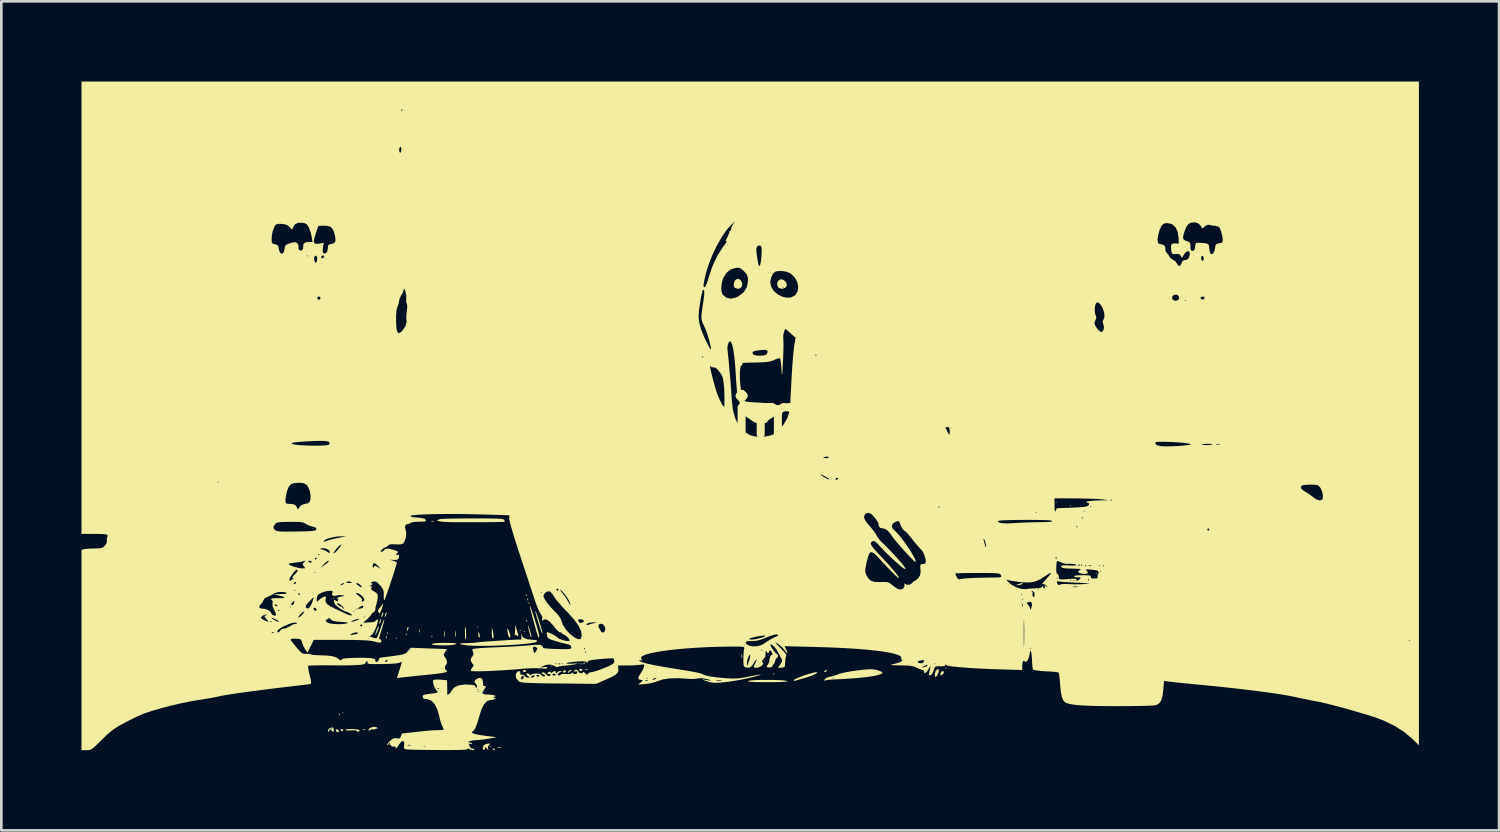
<source format=kicad_pcb>
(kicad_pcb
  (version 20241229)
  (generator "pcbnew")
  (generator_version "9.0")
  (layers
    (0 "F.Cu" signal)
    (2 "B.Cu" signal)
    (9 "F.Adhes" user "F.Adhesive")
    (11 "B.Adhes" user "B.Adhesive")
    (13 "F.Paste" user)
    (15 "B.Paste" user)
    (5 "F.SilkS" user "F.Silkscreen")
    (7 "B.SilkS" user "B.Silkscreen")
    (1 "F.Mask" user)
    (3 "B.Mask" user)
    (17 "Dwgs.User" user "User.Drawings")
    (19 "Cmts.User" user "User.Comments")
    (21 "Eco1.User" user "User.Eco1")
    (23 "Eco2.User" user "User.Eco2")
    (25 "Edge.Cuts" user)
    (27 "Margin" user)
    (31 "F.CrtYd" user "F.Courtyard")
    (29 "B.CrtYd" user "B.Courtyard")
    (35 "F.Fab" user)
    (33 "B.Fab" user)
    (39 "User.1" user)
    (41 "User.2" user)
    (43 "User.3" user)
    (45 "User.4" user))
  (footprint "him"
    (layer "F.Cu")
    (at 25.025 12.512)
    (property "Reference" "him" (at 0 0 0) (layer "F.SilkS") (effects (font (size 1.5 1.5) (thickness 0.3))))
    (attr board_only exclude_from_pos_files exclude_from_bom)
    (fp_poly (pts (xy -15.557 6.819) (xy -15.578 6.84) (xy -15.599 6.819) (xy -15.578 6.798)) (stroke (width 0) (type solid)) (fill yes) (layer "F.SilkS"))
    (fp_poly (pts (xy -15.223 11.115) (xy -15.244 11.136) (xy -15.265 11.115) (xy -15.244 11.094)) (stroke (width 0) (type solid)) (fill yes) (layer "F.SilkS"))
    (fp_poly (pts (xy -13.221 8.321) (xy -13.242 8.342) (xy -13.263 8.321) (xy -13.242 8.3)) (stroke (width 0) (type solid)) (fill yes) (layer "F.SilkS"))
    (fp_poly (pts (xy -10.177 7.904) (xy -10.198 7.924) (xy -10.218 7.904) (xy -10.198 7.883)) (stroke (width 0) (type solid)) (fill yes) (layer "F.SilkS"))
    (fp_poly (pts (xy -9.718 12.366) (xy -9.739 12.387) (xy -9.76 12.366) (xy -9.739 12.345)) (stroke (width 0) (type solid)) (fill yes) (layer "F.SilkS"))
    (fp_poly (pts (xy -8.592 8.029) (xy -8.613 8.05) (xy -8.633 8.029) (xy -8.613 8.008)) (stroke (width 0) (type solid)) (fill yes) (layer "F.SilkS"))
    (fp_poly (pts (xy -8.425 8.07) (xy -8.446 8.091) (xy -8.467 8.07) (xy -8.446 8.05)) (stroke (width 0) (type solid)) (fill yes) (layer "F.SilkS"))
    (fp_poly (pts (xy -7.424 9.363) (xy -7.445 9.384) (xy -7.466 9.363) (xy -7.445 9.343)) (stroke (width 0) (type solid)) (fill yes) (layer "F.SilkS"))
    (fp_poly (pts (xy -6.381 9.28) (xy -6.402 9.301) (xy -6.423 9.28) (xy -6.402 9.259)) (stroke (width 0) (type solid)) (fill yes) (layer "F.SilkS"))
    (fp_poly (pts (xy -6.298 9.28) (xy -6.319 9.301) (xy -6.34 9.28) (xy -6.319 9.259)) (stroke (width 0) (type solid)) (fill yes) (layer "F.SilkS"))
    (fp_poly (pts (xy 0.542 9.155) (xy 0.521 9.176) (xy 0.5 9.155) (xy 0.521 9.134)) (stroke (width 0) (type solid)) (fill yes) (layer "F.SilkS"))
    (fp_poly (pts (xy 7.341 9.447) (xy 7.32 9.468) (xy 7.299 9.447) (xy 7.32 9.426)) (stroke (width 0) (type solid)) (fill yes) (layer "F.SilkS"))
    (fp_poly (pts (xy 11.47 3.232) (xy 11.449 3.253) (xy 11.428 3.232) (xy 11.449 3.211)) (stroke (width 0) (type solid)) (fill yes) (layer "F.SilkS"))
    (fp_poly (pts (xy 12.012 3.357) (xy 11.991 3.378) (xy 11.97 3.357) (xy 11.991 3.337)) (stroke (width 0) (type solid)) (fill yes) (layer "F.SilkS"))
    (fp_poly (pts (xy 12.971 5.902) (xy 12.95 5.922) (xy 12.929 5.902) (xy 12.95 5.881)) (stroke (width 0) (type solid)) (fill yes) (layer "F.SilkS"))
    (fp_poly (pts (xy -15.362 11.15) (xy -15.357 11.199) (xy -15.362 11.205) (xy -15.387 11.2) (xy -15.39 11.178) (xy -15.375 11.143)) (stroke (width 0) (type solid)) (fill yes) (layer "F.SilkS"))
    (fp_poly (pts (xy -14.4 11.736) (xy -14.413 11.755) (xy -14.455 11.758) (xy -14.5 11.748) (xy -14.48 11.733) (xy -14.415 11.728)) (stroke (width 0) (type solid)) (fill yes) (layer "F.SilkS"))
    (fp_poly (pts (xy -13.61 8.25) (xy -13.605 8.315) (xy -13.613 8.33) (xy -13.632 8.318) (xy -13.635 8.276) (xy -13.625 8.231)) (stroke (width 0) (type solid)) (fill yes) (layer "F.SilkS"))
    (fp_poly (pts (xy -13.569 8.105) (xy -13.564 8.155) (xy -13.569 8.161) (xy -13.594 8.155) (xy -13.597 8.133) (xy -13.581 8.099)) (stroke (width 0) (type solid)) (fill yes) (layer "F.SilkS"))
    (fp_poly (pts (xy -12.86 8.147) (xy -12.855 8.196) (xy -12.86 8.203) (xy -12.885 8.197) (xy -12.888 8.175) (xy -12.872 8.14)) (stroke (width 0) (type solid)) (fill yes) (layer "F.SilkS"))
    (fp_poly (pts (xy -12.36 7.997) (xy -12.354 8.083) (xy -12.36 8.102) (xy -12.375 8.107) (xy -12.381 8.05) (xy -12.374 7.99)) (stroke (width 0) (type solid)) (fill yes) (layer "F.SilkS"))
    (fp_poly (pts (xy -11.901 8.23) (xy -11.896 8.28) (xy -11.901 8.286) (xy -11.925 8.28) (xy -11.928 8.258) (xy -11.913 8.224)) (stroke (width 0) (type solid)) (fill yes) (layer "F.SilkS"))
    (fp_poly (pts (xy -11.835 3.935) (xy -11.829 3.95) (xy -11.887 3.956) (xy -11.946 3.949) (xy -11.939 3.935) (xy -11.853 3.929)) (stroke (width 0) (type solid)) (fill yes) (layer "F.SilkS"))
    (fp_poly (pts (xy -8.355 6.687) (xy -8.35 6.737) (xy -8.355 6.743) (xy -8.38 6.737) (xy -8.383 6.715) (xy -8.368 6.681)) (stroke (width 0) (type solid)) (fill yes) (layer "F.SilkS"))
    (fp_poly (pts (xy -8.355 7.646) (xy -8.35 7.696) (xy -8.355 7.702) (xy -8.38 7.696) (xy -8.383 7.674) (xy -8.368 7.64)) (stroke (width 0) (type solid)) (fill yes) (layer "F.SilkS"))
    (fp_poly (pts (xy -8.313 6.832) (xy -8.308 6.897) (xy -8.316 6.912) (xy -8.335 6.9) (xy -8.338 6.857) (xy -8.328 6.813)) (stroke (width 0) (type solid)) (fill yes) (layer "F.SilkS"))
    (fp_poly (pts (xy -8.272 6.979) (xy -8.267 7.029) (xy -8.272 7.035) (xy -8.297 7.029) (xy -8.3 7.007) (xy -8.285 6.973)) (stroke (width 0) (type solid)) (fill yes) (layer "F.SilkS"))
    (fp_poly (pts (xy -6.079 9.482) (xy -6.074 9.497) (xy -6.131 9.503) (xy -6.19 9.496) (xy -6.183 9.482) (xy -6.098 9.476)) (stroke (width 0) (type solid)) (fill yes) (layer "F.SilkS"))
    (fp_poly (pts (xy 0.904 9.648) (xy 0.898 9.673) (xy 0.876 9.676) (xy 0.842 9.661) (xy 0.848 9.648) (xy 0.898 9.643)) (stroke (width 0) (type solid)) (fill yes) (layer "F.SilkS"))
    (fp_poly (pts (xy -12.787 7.919) (xy -12.792 7.966) (xy -12.82 8.038) (xy -12.841 8.037) (xy -12.846 7.989) (xy -12.823 7.92) (xy -12.808 7.906)) (stroke (width 0) (type solid)) (fill yes) (layer "F.SilkS"))
    (fp_poly (pts (xy -15.403 11.77) (xy -15.39 11.806) (xy -15.416 11.842) (xy -15.469 11.829) (xy -15.496 11.801) (xy -15.507 11.744) (xy -15.501 11.734) (xy -15.453 11.731)) (stroke (width 0) (type solid)) (fill yes) (layer "F.SilkS"))
    (fp_poly (pts (xy -15.231 11.742) (xy -15.223 11.762) (xy -15.253 11.802) (xy -15.263 11.803) (xy -15.319 11.773) (xy -15.328 11.762) (xy -15.318 11.726) (xy -15.288 11.72)) (stroke (width 0) (type solid)) (fill yes) (layer "F.SilkS"))
    (fp_poly (pts (xy -13.812 7.63) (xy -13.835 7.708) (xy -13.847 7.737) (xy -13.875 7.784) (xy -13.885 7.758) (xy -13.865 7.669) (xy -13.847 7.633) (xy -13.816 7.6)) (stroke (width 0) (type solid)) (fill yes) (layer "F.SilkS"))
    (fp_poly (pts (xy -13.728 7.38) (xy -13.752 7.458) (xy -13.764 7.487) (xy -13.792 7.534) (xy -13.802 7.507) (xy -13.782 7.418) (xy -13.764 7.382) (xy -13.732 7.35)) (stroke (width 0) (type solid)) (fill yes) (layer "F.SilkS"))
    (fp_poly (pts (xy -13.603 7.38) (xy -13.627 7.458) (xy -13.638 7.487) (xy -13.667 7.534) (xy -13.677 7.507) (xy -13.657 7.418) (xy -13.638 7.382) (xy -13.607 7.35)) (stroke (width 0) (type solid)) (fill yes) (layer "F.SilkS"))
    (fp_poly (pts (xy -11.44 8.061) (xy -11.433 8.184) (xy -11.44 8.269) (xy -11.45 8.286) (xy -11.456 8.231) (xy -11.458 8.154) (xy -11.455 8.059) (xy -11.447 8.032)) (stroke (width 0) (type solid)) (fill yes) (layer "F.SilkS"))
    (fp_poly (pts (xy -11.023 8.061) (xy -11.016 8.184) (xy -11.023 8.269) (xy -11.033 8.286) (xy -11.039 8.231) (xy -11.041 8.154) (xy -11.037 8.059) (xy -11.03 8.032)) (stroke (width 0) (type solid)) (fill yes) (layer "F.SilkS"))
    (fp_poly (pts (xy -10.142 8.127) (xy -10.125 8.196) (xy -10.122 8.273) (xy -10.141 8.3) (xy -10.168 8.264) (xy -10.177 8.196) (xy -10.171 8.117) (xy -10.161 8.091)) (stroke (width 0) (type solid)) (fill yes) (layer "F.SilkS"))
    (fp_poly (pts (xy -9.593 12.45) (xy -9.553 12.487) (xy -9.551 12.494) (xy -9.583 12.512) (xy -9.593 12.512) (xy -9.633 12.48) (xy -9.634 12.468) (xy -9.609 12.443)) (stroke (width 0) (type solid)) (fill yes) (layer "F.SilkS"))
    (fp_poly (pts (xy -9.331 12.402) (xy -9.33 12.415) (xy -9.395 12.421) (xy -9.405 12.421) (xy -9.47 12.415) (xy -9.464 12.402) (xy -9.456 12.4) (xy -9.366 12.394)) (stroke (width 0) (type solid)) (fill yes) (layer "F.SilkS"))
    (fp_poly (pts (xy -8.39 9.532) (xy -8.383 9.551) (xy -8.417 9.588) (xy -8.446 9.593) (xy -8.501 9.57) (xy -8.508 9.551) (xy -8.475 9.514) (xy -8.446 9.509)) (stroke (width 0) (type solid)) (fill yes) (layer "F.SilkS"))
    (fp_poly (pts (xy -6.889 9.54) (xy -6.882 9.554) (xy -6.915 9.593) (xy -6.944 9.608) (xy -6.998 9.603) (xy -7.007 9.578) (xy -6.973 9.529) (xy -6.944 9.523)) (stroke (width 0) (type solid)) (fill yes) (layer "F.SilkS"))
    (fp_poly (pts (xy -6.28 9.483) (xy -6.277 9.509) (xy -6.328 9.549) (xy -6.34 9.551) (xy -6.394 9.521) (xy -6.402 9.509) (xy -6.389 9.477) (xy -6.34 9.468)) (stroke (width 0) (type solid)) (fill yes) (layer "F.SilkS"))
    (fp_poly (pts (xy -6.186 9.244) (xy -6.194 9.259) (xy -6.233 9.299) (xy -6.24 9.301) (xy -6.243 9.274) (xy -6.235 9.259) (xy -6.196 9.219) (xy -6.189 9.217)) (stroke (width 0) (type solid)) (fill yes) (layer "F.SilkS"))
    (fp_poly (pts (xy -0.307 8.93) (xy -0.305 8.937) (xy -0.299 9.028) (xy -0.306 9.062) (xy -0.32 9.063) (xy -0.326 8.998) (xy -0.326 8.988) (xy -0.32 8.923)) (stroke (width 0) (type solid)) (fill yes) (layer "F.SilkS"))
    (fp_poly (pts (xy 2.864 9.535) (xy 2.857 9.551) (xy 2.802 9.591) (xy 2.789 9.593) (xy 2.767 9.567) (xy 2.774 9.551) (xy 2.829 9.511) (xy 2.841 9.509)) (stroke (width 0) (type solid)) (fill yes) (layer "F.SilkS"))
    (fp_poly (pts (xy 7.252 9.574) (xy 7.237 9.632) (xy 7.207 9.668) (xy 7.141 9.715) (xy 7.113 9.691) (xy 7.12 9.634) (xy 7.162 9.567) (xy 7.199 9.551)) (stroke (width 0) (type solid)) (fill yes) (layer "F.SilkS"))
    (fp_poly (pts (xy -9.629 8.069) (xy -9.605 8.204) (xy -9.604 8.296) (xy -9.625 8.329) (xy -9.645 8.317) (xy -9.663 8.26) (xy -9.672 8.151) (xy -9.672 8.095) (xy -9.668 7.904)) (stroke (width 0) (type solid)) (fill yes) (layer "F.SilkS"))
    (fp_poly (pts (xy -6.677 9.515) (xy -6.677 9.521) (xy -6.72 9.553) (xy -6.768 9.59) (xy -6.821 9.624) (xy -6.824 9.601) (xy -6.816 9.578) (xy -6.761 9.519) (xy -6.724 9.509)) (stroke (width 0) (type solid)) (fill yes) (layer "F.SilkS"))
    (fp_poly (pts (xy 10.218 6.264) (xy 10.187 6.291) (xy 10.177 6.298) (xy 10.082 6.331) (xy 10.031 6.336) (xy 9.947 6.334) (xy 10.031 6.298) (xy 10.128 6.267) (xy 10.177 6.26)) (stroke (width 0) (type solid)) (fill yes) (layer "F.SilkS"))
    (fp_poly (pts (xy 7.061 9.5) (xy 7.058 9.566) (xy 7.02 9.671) (xy 6.974 9.745) (xy 6.933 9.77) (xy 6.915 9.751) (xy 6.909 9.655) (xy 6.939 9.556) (xy 6.994 9.493) (xy 7.013 9.486)) (stroke (width 0) (type solid)) (fill yes) (layer "F.SilkS"))
    (fp_poly (pts (xy -13.895 7.883) (xy -13.912 7.957) (xy -13.955 8.069) (xy -13.975 8.112) (xy -14.016 8.189) (xy -14.033 8.201) (xy -14.029 8.175) (xy -13.998 8.069) (xy -13.959 7.969) (xy -13.923 7.895) (xy -13.9 7.868)) (stroke (width 0) (type solid)) (fill yes) (layer "F.SilkS"))
    (fp_poly (pts (xy -9.067 7.972) (xy -9.03 8.049) (xy -9.03 8.05) (xy -8.981 8.196) (xy -8.974 8.278) (xy -9.004 8.3) (xy -9.036 8.264) (xy -9.065 8.176) (xy -9.066 8.169) (xy -9.087 8.039) (xy -9.087 7.971)) (stroke (width 0) (type solid)) (fill yes) (layer "F.SilkS"))
    (fp_poly (pts (xy -13.734 7.037) (xy -13.747 7.09) (xy -13.784 7.21) (xy -13.821 7.31) (xy -13.857 7.386) (xy -13.886 7.391) (xy -13.912 7.355) (xy -13.932 7.279) (xy -13.891 7.215) (xy -13.812 7.119) (xy -13.773 7.066) (xy -13.737 7.016)) (stroke (width 0) (type solid)) (fill yes) (layer "F.SilkS"))
    (fp_poly (pts (xy -10.645 7.94) (xy -10.635 8.045) (xy -10.631 8.171) (xy -10.633 8.286) (xy -10.643 8.359) (xy -10.648 8.368) (xy -10.663 8.346) (xy -10.673 8.259) (xy -10.677 8.133) (xy -10.675 8) (xy -10.668 7.911) (xy -10.66 7.886)) (stroke (width 0) (type solid)) (fill yes) (layer "F.SilkS"))
    (fp_poly (pts (xy -8.299 7.874) (xy -8.262 7.975) (xy -8.258 7.987) (xy -8.217 8.124) (xy -8.193 8.231) (xy -8.191 8.279) (xy -8.209 8.27) (xy -8.237 8.198) (xy -8.25 8.154) (xy -8.291 7.993) (xy -8.313 7.889) (xy -8.316 7.847)) (stroke (width 0) (type solid)) (fill yes) (layer "F.SilkS"))
    (fp_poly (pts (xy -8.736 8.008) (xy -8.693 8.151) (xy -8.679 8.227) (xy -8.694 8.245) (xy -8.734 8.22) (xy -8.79 8.194) (xy -8.81 8.204) (xy -8.819 8.204) (xy -8.814 8.182) (xy -8.804 8.105) (xy -8.798 7.989) (xy -8.798 7.973) (xy -8.795 7.82)) (stroke (width 0) (type solid)) (fill yes) (layer "F.SilkS"))
    (fp_poly (pts (xy -0.354 -5.076) (xy -0.304 -4.971) (xy -0.299 -4.943) (xy -0.316 -4.827) (xy -0.394 -4.765) (xy -0.459 -4.756) (xy -0.551 -4.778) (xy -0.577 -4.791) (xy -0.616 -4.858) (xy -0.614 -4.959) (xy -0.577 -5.057) (xy -0.532 -5.105) (xy -0.436 -5.125)) (stroke (width 0) (type solid)) (fill yes) (layer "F.SilkS"))
    (fp_poly (pts (xy -8.01 7.368) (xy -7.958 7.507) (xy -7.902 7.672) (xy -7.844 7.852) (xy -7.8 8.004) (xy -7.775 8.111) (xy -7.771 8.151) (xy -7.788 8.133) (xy -7.824 8.049) (xy -7.872 7.913) (xy -7.918 7.772) (xy -7.984 7.552) (xy -8.026 7.4) (xy -8.044 7.317) (xy -8.038 7.306)) (stroke (width 0) (type solid)) (fill yes) (layer "F.SilkS"))
    (fp_poly (pts (xy -14.762 11.727) (xy -14.654 11.746) (xy -14.609 11.774) (xy -14.635 11.807) (xy -14.661 11.818) (xy -14.714 11.817) (xy -14.723 11.797) (xy -14.761 11.769) (xy -14.873 11.768) (xy -14.907 11.771) (xy -15.032 11.777) (xy -15.127 11.765) (xy -15.146 11.757) (xy -15.141 11.738) (xy -15.061 11.725) (xy -14.923 11.721)) (stroke (width 0) (type solid)) (fill yes) (layer "F.SilkS"))
    (fp_poly (pts (xy -13.978 11.658) (xy -13.947 11.685) (xy -13.942 11.713) (xy -13.966 11.703) (xy -14.009 11.699) (xy -14.014 11.714) (xy -14.047 11.736) (xy -14.101 11.731) (xy -14.185 11.733) (xy -14.221 11.76) (xy -14.261 11.787) (xy -14.281 11.768) (xy -14.272 11.719) (xy -14.206 11.671) (xy -14.11 11.641) (xy -14.061 11.636)) (stroke (width 0) (type solid)) (fill yes) (layer "F.SilkS"))
    (fp_poly (pts (xy -11.145 8.503) (xy -11.094 8.506) (xy -11.006 8.514) (xy -10.992 8.529) (xy -11.032 8.55) (xy -11.114 8.569) (xy -11.244 8.582) (xy -11.402 8.589) (xy -11.567 8.589) (xy -11.721 8.584) (xy -11.842 8.573) (xy -11.911 8.556) (xy -11.92 8.544) (xy -11.872 8.522) (xy -11.756 8.506) (xy -11.586 8.497) (xy -11.378 8.496)) (stroke (width 0) (type solid)) (fill yes) (layer "F.SilkS"))
    (fp_poly (pts (xy -9.722 12.271) (xy -9.759 12.301) (xy -9.766 12.305) (xy -9.817 12.377) (xy -9.813 12.439) (xy -9.8 12.504) (xy -9.817 12.498) (xy -9.857 12.45) (xy -9.906 12.395) (xy -9.923 12.406) (xy -9.925 12.439) (xy -9.944 12.504) (xy -9.979 12.504) (xy -10.007 12.448) (xy -10.01 12.413) (xy -9.973 12.323) (xy -9.868 12.273) (xy -9.76 12.264)) (stroke (width 0) (type solid)) (fill yes) (layer "F.SilkS"))
    (fp_poly (pts (xy 2.512 9.605) (xy 2.482 9.637) (xy 2.399 9.682) (xy 2.278 9.733) (xy 2.131 9.783) (xy 2.067 9.802) (xy 1.906 9.847) (xy 1.773 9.886) (xy 1.691 9.911) (xy 1.681 9.915) (xy 1.632 9.911) (xy 1.627 9.895) (xy 1.663 9.862) (xy 1.761 9.814) (xy 1.899 9.758) (xy 2.058 9.701) (xy 2.218 9.65) (xy 2.36 9.612) (xy 2.462 9.593) (xy 2.477 9.593)) (stroke (width 0) (type solid)) (fill yes) (layer "F.SilkS"))
    (fp_poly (pts (xy -8.229 7.136) (xy -8.192 7.228) (xy -8.144 7.367) (xy -8.089 7.536) (xy -8.033 7.72) (xy -7.98 7.9) (xy -7.936 8.061) (xy -7.906 8.187) (xy -7.894 8.259) (xy -7.895 8.268) (xy -7.918 8.294) (xy -7.939 8.258) (xy -7.969 8.168) (xy -8.012 8.027) (xy -8.061 7.855) (xy -8.112 7.667) (xy -8.162 7.482) (xy -8.204 7.317) (xy -8.234 7.19) (xy -8.248 7.118) (xy -8.248 7.108)) (stroke (width 0) (type solid)) (fill yes) (layer "F.SilkS"))
    (fp_poly (pts (xy 0.734 9.882) (xy 0.947 9.886) (xy 1.136 9.894) (xy 1.285 9.905) (xy 1.376 9.92) (xy 1.395 9.928) (xy 1.37 9.943) (xy 1.267 9.954) (xy 1.088 9.962) (xy 0.84 9.966) (xy 0.644 9.967) (xy 0.359 9.965) (xy 0.151 9.961) (xy 0.013 9.954) (xy -0.061 9.943) (xy -0.077 9.928) (xy -0.068 9.92) (xy 0.001 9.904) (xy 0.132 9.893) (xy 0.31 9.885) (xy 0.516 9.882)) (stroke (width 0) (type solid)) (fill yes) (layer "F.SilkS"))
    (fp_poly (pts (xy 1.266 -5.075) (xy 1.275 -5.069) (xy 1.356 -4.98) (xy 1.37 -4.882) (xy 1.322 -4.799) (xy 1.219 -4.756) (xy 1.189 -4.755) (xy 1.093 -4.777) (xy 1.051 -4.805) (xy 1.045 -4.817) (xy 1.21 -4.817) (xy 1.23 -4.796) (xy 1.251 -4.817) (xy 1.23 -4.838) (xy 1.21 -4.817) (xy 1.045 -4.817) (xy 1.005 -4.901) (xy 1.017 -5.008) (xy 1.083 -5.087) (xy 1.087 -5.09) (xy 1.173 -5.113)) (stroke (width 0) (type solid)) (fill yes) (layer "F.SilkS"))
    (fp_poly (pts (xy -15.616 11.671) (xy -15.586 11.714) (xy -15.588 11.797) (xy -15.593 11.832) (xy -15.618 11.827) (xy -15.655 11.783) (xy -15.701 11.73) (xy -15.734 11.746) (xy -15.758 11.786) (xy -15.794 11.838) (xy -15.805 11.819) (xy -15.806 11.794) (xy -15.775 11.721) (xy -15.744 11.699) (xy -15.682 11.699) (xy -15.661 11.72) (xy -15.64 11.699) (xy -15.661 11.678) (xy -15.682 11.699) (xy -15.744 11.699) (xy -15.705 11.67) (xy -15.63 11.664)) (stroke (width 0) (type solid)) (fill yes) (layer "F.SilkS"))
    (fp_poly (pts (xy -10.003 3.838) (xy -9.737 3.84) (xy -9.537 3.844) (xy -9.393 3.85) (xy -9.297 3.859) (xy -9.238 3.872) (xy -9.209 3.889) (xy -9.202 3.9) (xy -9.186 3.956) (xy -9.187 3.965) (xy -9.238 3.969) (xy -9.359 3.972) (xy -9.535 3.975) (xy -9.754 3.978) (xy -10 3.98) (xy -10.262 3.981) (xy -10.523 3.981) (xy -10.772 3.981) (xy -10.994 3.98) (xy -11.175 3.979) (xy -11.301 3.976) (xy -11.313 3.975) (xy -11.518 3.963) (xy -11.653 3.944) (xy -11.714 3.921) (xy -11.699 3.894) (xy -11.603 3.866) (xy -11.59 3.863) (xy -11.514 3.856) (xy -11.367 3.85) (xy -11.162 3.845) (xy -10.911 3.841) (xy -10.627 3.838) (xy -10.343 3.837)) (stroke (width 0) (type solid)) (fill yes) (layer "F.SilkS"))
    (fp_poly (pts (xy 4.653 9.492) (xy 4.739 9.511) (xy 4.854 9.549) (xy 4.932 9.586) (xy 4.946 9.599) (xy 4.932 9.641) (xy 4.84 9.683) (xy 4.678 9.724) (xy 4.452 9.762) (xy 4.167 9.796) (xy 3.83 9.826) (xy 3.447 9.85) (xy 3.162 9.863) (xy 3.003 9.873) (xy 2.873 9.888) (xy 2.799 9.904) (xy 2.793 9.906) (xy 2.765 9.912) (xy 2.786 9.859) (xy 2.787 9.857) (xy 2.829 9.822) (xy 3.086 9.822) (xy 3.107 9.843) (xy 3.128 9.822) (xy 3.107 9.801) (xy 3.086 9.822) (xy 2.829 9.822) (xy 2.865 9.792) (xy 2.966 9.767) (xy 3.093 9.742) (xy 3.238 9.693) (xy 3.272 9.678) (xy 3.387 9.639) (xy 3.566 9.598) (xy 3.79 9.558) (xy 3.997 9.529) (xy 4.24 9.5) (xy 4.418 9.485) (xy 4.55 9.482)) (stroke (width 0) (type solid)) (fill yes) (layer "F.SilkS"))
    (fp_poly (pts (xy -8.549 8.218) (xy -8.548 8.222) (xy -8.479 8.307) (xy -8.347 8.359) (xy -8.146 8.382) (xy -8.081 8.383) (xy -7.99 8.399) (xy -7.972 8.434) (xy -8.03 8.472) (xy -8.06 8.481) (xy -8.223 8.51) (xy -8.452 8.537) (xy -8.732 8.56) (xy -9.045 8.58) (xy -9.374 8.595) (xy -9.703 8.605) (xy -10.016 8.608) (xy -10.294 8.605) (xy -10.523 8.595) (xy -10.606 8.587) (xy -10.77 8.565) (xy -10.853 8.543) (xy -10.856 8.524) (xy -10.777 8.511) (xy -10.632 8.505) (xy -10.478 8.501) (xy -10.348 8.494) (xy -10.281 8.486) (xy -10.198 8.475) (xy -10.062 8.462) (xy -9.906 8.449) (xy -9.543 8.424) (xy -9.256 8.404) (xy -9.034 8.39) (xy -8.869 8.38) (xy -8.752 8.374) (xy -8.675 8.372) (xy -8.628 8.373) (xy -8.62 8.374) (xy -8.57 8.368) (xy -8.558 8.316) (xy -8.567 8.248) (xy -8.581 8.162) (xy -8.576 8.153)) (stroke (width 0) (type solid)) (fill yes) (layer "F.SilkS"))
    (fp_poly (pts (xy -10.03 9.844) (xy -10.01 9.913) (xy -10.001 10.012) (xy -9.985 10.102) (xy -9.944 10.118) (xy -9.941 10.117) (xy -9.893 10.11) (xy -9.897 10.15) (xy -9.956 10.243) (xy -9.967 10.258) (xy -10.02 10.351) (xy -10.01 10.403) (xy -9.929 10.424) (xy -9.846 10.427) (xy -9.713 10.436) (xy -9.597 10.455) (xy -9.595 10.455) (xy -9.527 10.478) (xy -9.534 10.497) (xy -9.574 10.514) (xy -9.631 10.539) (xy -9.61 10.548) (xy -9.572 10.55) (xy -9.523 10.563) (xy -9.537 10.587) (xy -9.595 10.614) (xy -9.68 10.632) (xy -9.725 10.635) (xy -9.85 10.675) (xy -9.962 10.796) (xy -10.061 10.997) (xy -10.134 11.227) (xy -10.209 11.482) (xy -10.277 11.661) (xy -10.34 11.772) (xy -10.395 11.817) (xy -10.427 11.848) (xy -10.379 11.882) (xy -10.256 11.918) (xy -10.061 11.953) (xy -9.909 11.974) (xy -9.489 12.027) (xy -9.78 12.08) (xy -9.961 12.107) (xy -10.139 12.128) (xy -10.26 12.135) (xy -10.363 12.144) (xy -10.458 12.162) (xy -10.53 12.185) (xy -10.56 12.206) (xy -10.533 12.218) (xy -10.502 12.22) (xy -10.428 12.24) (xy -10.408 12.258) (xy -10.422 12.279) (xy -10.47 12.274) (xy -10.526 12.266) (xy -10.531 12.298) (xy -10.504 12.363) (xy -10.452 12.437) (xy -10.4 12.453) (xy -10.336 12.458) (xy -10.322 12.472) (xy -10.328 12.505) (xy -10.387 12.509) (xy -10.474 12.487) (xy -10.518 12.466) (xy -10.577 12.441) (xy -10.576 12.465) (xy -10.575 12.466) (xy -10.593 12.481) (xy -10.671 12.493) (xy -10.813 12.501) (xy -11.024 12.505) (xy -11.31 12.507) (xy -11.644 12.506) (xy -11.945 12.504) (xy -12.223 12.5) (xy -12.467 12.496) (xy -12.663 12.492) (xy -12.799 12.487) (xy -12.86 12.482) (xy -12.943 12.459) (xy -12.962 12.409) (xy -12.954 12.367) (xy -12.954 12.366) (xy -12.22 12.366) (xy -12.2 12.387) (xy -12.179 12.366) (xy -12.2 12.345) (xy -12.22 12.366) (xy -12.954 12.366) (xy -12.951 12.333) (xy -12.82 12.333) (xy -12.763 12.339) (xy -12.703 12.332) (xy -12.71 12.318) (xy -12.796 12.312) (xy -12.815 12.318) (xy -12.82 12.333) (xy -12.951 12.333) (xy -12.945 12.262) (xy -12.955 12.202) (xy -12.998 12.165) (xy -13.065 12.204) (xy -13.155 12.317) (xy -13.186 12.366) (xy -13.238 12.437) (xy -13.262 12.434) (xy -13.263 12.422) (xy -13.288 12.372) (xy -13.346 12.375) (xy -13.414 12.374) (xy -13.43 12.348) (xy -13.455 12.318) (xy -13.471 12.324) (xy -13.495 12.316) (xy -13.489 12.275) (xy -13.477 12.227) (xy -13.5 12.244) (xy -13.531 12.28) (xy -13.579 12.326) (xy -13.597 12.32) (xy -13.569 12.267) (xy -13.5 12.186) (xy -13.474 12.16) (xy -13.375 12.082) (xy -13.286 12.06) (xy -13.224 12.068) (xy -13.132 12.076) (xy -13.088 12.041) (xy -13.071 11.99) (xy -13.043 11.912) (xy -13.019 11.886) (xy -12.969 11.882) (xy -12.854 11.869) (xy -12.689 11.85) (xy -12.491 11.827) (xy -12.471 11.824) (xy -12.244 11.8) (xy -12.022 11.78) (xy -11.832 11.766) (xy -11.709 11.762) (xy -11.581 11.758) (xy -11.494 11.749) (xy -11.47 11.739) (xy -11.487 11.689) (xy -11.527 11.603) (xy -11.569 11.497) (xy -11.612 11.35) (xy -11.633 11.261) (xy -11.711 10.983) (xy -11.812 10.782) (xy -11.939 10.655) (xy -12.096 10.598) (xy -12.16 10.594) (xy -12.241 10.573) (xy -12.262 10.513) (xy -12.249 10.465) (xy -12.196 10.435) (xy -12.085 10.414) (xy -12.022 10.406) (xy -11.848 10.385) (xy -11.746 10.366) (xy -11.702 10.344) (xy -11.706 10.313) (xy -11.734 10.281) (xy -11.791 10.199) (xy -11.795 10.191) (xy -11.706 10.191) (xy -11.7 10.215) (xy -11.678 10.218) (xy -11.644 10.203) (xy -11.65 10.191) (xy -11.7 10.186) (xy -11.706 10.191) (xy -11.795 10.191) (xy -11.839 10.088) (xy -11.868 9.978) (xy -11.868 9.9) (xy -11.86 9.886) (xy -11.802 9.871) (xy -11.689 9.868) (xy -11.584 9.874) (xy -11.344 9.895) (xy -11.34 10.13) (xy -11.338 10.264) (xy -11.338 10.362) (xy -11.34 10.396) (xy -11.327 10.434) (xy -11.283 10.421) (xy -11.227 10.369) (xy -11.198 10.323) (xy -10.177 10.323) (xy -10.156 10.344) (xy -10.135 10.323) (xy -10.156 10.302) (xy -10.177 10.323) (xy -11.198 10.323) (xy -11.182 10.297) (xy -11.137 10.239) (xy -10.218 10.239) (xy -10.198 10.26) (xy -10.177 10.239) (xy -10.198 10.218) (xy -10.218 10.239) (xy -11.137 10.239) (xy -11.081 10.169) (xy -10.915 10.088) (xy -10.689 10.055) (xy -10.625 10.055) (xy -10.43 10.065) (xy -10.315 10.087) (xy -10.277 10.121) (xy -10.283 10.138) (xy -10.277 10.174) (xy -10.263 10.177) (xy -10.223 10.148) (xy -10.228 10.084) (xy -10.276 10.014) (xy -10.282 10.009) (xy -10.323 9.962) (xy -10.303 9.911) (xy -10.276 9.879) (xy -10.186 9.817) (xy -10.093 9.804)) (stroke (width 0) (type solid)) (fill yes) (layer "F.SilkS"))
    (fp_poly (pts (xy 25.025 -0.092) (xy 25.025 12.328) (xy 24.743 12.055) (xy 24.455 11.818) (xy 24.103 11.597) (xy 23.709 11.406) (xy 23.398 11.288) (xy 23.137 11.204) (xy 22.839 11.114) (xy 22.519 11.021) (xy 22.196 10.931) (xy 21.887 10.848) (xy 21.609 10.777) (xy 21.381 10.723) (xy 21.25 10.696) (xy 21.056 10.66) (xy 20.813 10.611) (xy 20.554 10.557) (xy 20.333 10.51) (xy 20.085 10.461) (xy 19.764 10.409) (xy 19.375 10.352) (xy 18.929 10.293) (xy 18.433 10.233) (xy 17.897 10.172) (xy 17.327 10.112) (xy 16.733 10.054) (xy 16.725 10.053) (xy 16.449 10.027) (xy 16.19 10.001) (xy 15.965 9.978) (xy 15.789 9.959) (xy 15.676 9.946) (xy 15.657 9.944) (xy 15.486 9.919) (xy 15.46 10.237) (xy 15.43 10.475) (xy 15.383 10.642) (xy 15.312 10.751) (xy 15.212 10.814) (xy 15.15 10.832) (xy 15.07 10.84) (xy 14.918 10.847) (xy 14.706 10.854) (xy 14.446 10.859) (xy 14.149 10.863) (xy 13.828 10.864) (xy 13.701 10.865) (xy 13.226 10.862) (xy 12.829 10.855) (xy 12.503 10.842) (xy 12.243 10.824) (xy 12.043 10.799) (xy 11.898 10.767) (xy 11.8 10.729) (xy 11.768 10.707) (xy 11.708 10.635) (xy 11.663 10.523) (xy 11.63 10.357) (xy 11.604 10.126) (xy 11.597 10.042) (xy 11.582 9.865) (xy 11.565 9.721) (xy 11.548 9.629) (xy 11.54 9.607) (xy 11.489 9.594) (xy 11.373 9.58) (xy 11.211 9.567) (xy 11.063 9.56) (xy 10.861 9.547) (xy 10.704 9.528) (xy 10.607 9.507) (xy 10.584 9.493) (xy 10.567 9.429) (xy 10.554 9.31) (xy 10.549 9.197) (xy 10.541 9.042) (xy 10.526 8.906) (xy 10.514 8.842) (xy 10.494 8.79) (xy 10.479 8.8) (xy 10.461 8.882) (xy 10.453 8.932) (xy 10.418 9.072) (xy 10.368 9.169) (xy 10.314 9.21) (xy 10.264 9.183) (xy 10.263 9.18) (xy 10.227 9.161) (xy 10.198 9.211) (xy 10.18 9.315) (xy 10.177 9.389) (xy 10.177 9.512) (xy 9.374 9.488) (xy 8.978 9.475) (xy 8.606 9.458) (xy 8.264 9.439) (xy 7.963 9.417) (xy 7.71 9.395) (xy 7.515 9.371) (xy 7.385 9.349) (xy 7.331 9.326) (xy 7.331 9.326) (xy 7.304 9.305) (xy 7.299 9.331) (xy 7.261 9.365) (xy 7.144 9.374) (xy 7.105 9.373) (xy 6.986 9.37) (xy 6.923 9.391) (xy 6.888 9.451) (xy 6.864 9.53) (xy 6.811 9.653) (xy 6.745 9.71) (xy 6.741 9.711) (xy 6.686 9.705) (xy 6.688 9.649) (xy 6.713 9.551) (xy 6.736 9.447) (xy 6.749 9.374) (xy 6.741 9.365) (xy 6.705 9.423) (xy 6.674 9.478) (xy 6.603 9.585) (xy 6.546 9.632) (xy 6.512 9.612) (xy 6.506 9.572) (xy 6.478 9.517) (xy 6.453 9.509) (xy 6.384 9.491) (xy 6.277 9.447) (xy 6.235 9.426) (xy 6.201 9.411) (xy 6.413 9.411) (xy 6.463 9.414) (xy 6.482 9.413) (xy 6.576 9.388) (xy 6.625 9.343) (xy 6.629 9.303) (xy 6.586 9.328) (xy 6.586 9.328) (xy 6.495 9.379) (xy 6.444 9.398) (xy 6.413 9.411) (xy 6.201 9.411) (xy 6.141 9.386) (xy 6.03 9.361) (xy 5.882 9.346) (xy 5.676 9.339) (xy 5.611 9.338) (xy 5.418 9.335) (xy 5.302 9.329) (xy 5.259 9.32) (xy 5.282 9.308) (xy 5.318 9.3) (xy 5.399 9.28) (xy 6.882 9.28) (xy 6.903 9.301) (xy 6.923 9.28) (xy 6.903 9.259) (xy 6.882 9.28) (xy 5.399 9.28) (xy 5.465 9.264) (xy 5.588 9.223) (xy 5.631 9.203) (xy 6.268 9.203) (xy 6.278 9.239) (xy 6.357 9.258) (xy 6.38 9.259) (xy 6.463 9.249) (xy 6.489 9.224) (xy 6.488 9.221) (xy 6.496 9.173) (xy 6.517 9.16) (xy 6.516 9.147) (xy 6.45 9.145) (xy 6.426 9.146) (xy 6.319 9.167) (xy 6.268 9.203) (xy 5.631 9.203) (xy 5.67 9.185) (xy 5.695 9.155) (xy 5.685 9.147) (xy 5.653 9.099) (xy 5.657 9.072) (xy 5.64 9.01) (xy 5.543 8.952) (xy 5.37 8.897) (xy 5.125 8.846) (xy 4.81 8.799) (xy 4.43 8.757) (xy 3.989 8.72) (xy 3.604 8.696) (xy 10.469 8.696) (xy 10.489 8.717) (xy 10.51 8.696) (xy 10.489 8.675) (xy 10.469 8.696) (xy 3.604 8.696) (xy 3.489 8.689) (xy 2.935 8.664) (xy 2.342 8.646) (xy 1.284 8.621) (xy 1.352 8.752) (xy 1.392 8.847) (xy 1.386 8.878) (xy 1.342 8.847) (xy 1.272 8.753) (xy 1.178 8.645) (xy 1.057 8.549) (xy 1.043 8.54) (xy 0.967 8.496) (xy 0.94 8.488) (xy 0.967 8.522) (xy 1.048 8.605) (xy 1.084 8.642) (xy 1.224 8.785) (xy 1.31 8.882) (xy 1.35 8.944) (xy 1.35 8.979) (xy 1.346 8.983) (xy 1.328 9.038) (xy 1.313 9.14) (xy 1.311 9.165) (xy 1.304 9.282) (xy 1.298 9.366) (xy 1.297 9.374) (xy 1.257 9.411) (xy 1.165 9.426) (xy 1.037 9.426) (xy 1.13 9.295) (xy 1.188 9.198) (xy 1.193 9.131) (xy 1.175 9.097) (xy 1.126 9.014) (xy 1.069 8.9) (xy 1.062 8.884) (xy 0.984 8.744) (xy 0.892 8.63) (xy 0.805 8.561) (xy 0.765 8.55) (xy 0.754 8.58) (xy 0.793 8.662) (xy 0.843 8.738) (xy 0.922 8.841) (xy 0.984 8.91) (xy 1.009 8.925) (xy 1.04 8.955) (xy 1.035 9.013) (xy 0.999 9.058) (xy 0.994 9.06) (xy 0.952 9.109) (xy 0.931 9.178) (xy 0.904 9.261) (xy 0.875 9.294) (xy 0.837 9.342) (xy 0.834 9.364) (xy 0.797 9.406) (xy 0.712 9.417) (xy 0.63 9.41) (xy 0.616 9.382) (xy 0.659 9.308) (xy 0.66 9.307) (xy 0.706 9.229) (xy 0.721 9.188) (xy 0.72 9.188) (xy 0.716 9.138) (xy 0.735 9.058) (xy 0.764 8.983) (xy 0.792 8.948) (xy 0.798 8.949) (xy 0.831 8.948) (xy 0.831 8.902) (xy 0.805 8.839) (xy 0.772 8.8) (xy 0.722 8.771) (xy 0.709 8.81) (xy 0.709 8.816) (xy 0.688 8.875) (xy 0.667 8.884) (xy 0.627 8.852) (xy 0.626 8.842) (xy 0.598 8.801) (xy 0.59 8.8) (xy 0.57 8.835) (xy 0.574 8.907) (xy 0.562 9.021) (xy 0.502 9.1) (xy 0.443 9.168) (xy 0.449 9.21) (xy 0.463 9.22) (xy 0.487 9.269) (xy 0.452 9.331) (xy 0.377 9.388) (xy 0.282 9.423) (xy 0.244 9.426) (xy 0.16 9.422) (xy 0.132 9.395) (xy 0.153 9.328) (xy 0.191 9.253) (xy 0.237 9.151) (xy 0.24 9.113) (xy 0.207 9.141) (xy 0.146 9.232) (xy 0.13 9.26) (xy 0.057 9.368) (xy -0.014 9.417) (xy -0.084 9.426) (xy -0.182 9.409) (xy -0.236 9.374) (xy -0.251 9.308) (xy -0.254 9.238) (xy -0.122 9.238) (xy -0.122 9.363) (xy -0.061 9.223) (xy -0.02 9.103) (xy -0.002 9) (xy -0.001 8.994) (xy -0.006 8.937) (xy -0.025 8.947) (xy -0.063 9.009) (xy -0.108 9.131) (xy -0.122 9.238) (xy -0.254 9.238) (xy -0.257 9.186) (xy -0.256 9.035) (xy -0.249 8.883) (xy -0.237 8.779) (xy 0.417 8.779) (xy 0.438 8.8) (xy 0.459 8.779) (xy 0.438 8.759) (xy 0.417 8.779) (xy -0.237 8.779) (xy -0.235 8.757) (xy -0.224 8.706) (xy -0.222 8.674) (xy -0.247 8.652) (xy -0.313 8.64) (xy -0.435 8.635) (xy -0.625 8.634) (xy -0.633 8.634) (xy -1.105 8.64) (xy -1.567 8.654) (xy -2.012 8.677) (xy -2.433 8.707) (xy -2.822 8.744) (xy -3.173 8.786) (xy -3.478 8.833) (xy -3.729 8.883) (xy -3.919 8.937) (xy -4.041 8.992) (xy -4.087 9.049) (xy -4.087 9.053) (xy -4.062 9.129) (xy -4.035 9.151) (xy -4.029 9.16) (xy -4.087 9.15) (xy -4.154 9.142) (xy -4.15 9.164) (xy -4.093 9.199) (xy -3.992 9.237) (xy -3.84 9.277) (xy -3.632 9.322) (xy -3.361 9.373) (xy -3.022 9.431) (xy -2.608 9.498) (xy -2.456 9.521) (xy -2.235 9.558) (xy -2.041 9.596) (xy -1.89 9.631) (xy -1.799 9.659) (xy -1.782 9.668) (xy -1.683 9.714) (xy -1.501 9.754) (xy -1.237 9.789) (xy -0.891 9.82) (xy -0.876 9.821) (xy -0.642 9.831) (xy -0.44 9.823) (xy -0.227 9.793) (xy -0.068 9.762) (xy 0.162 9.716) (xy 0.315 9.689) (xy 0.391 9.682) (xy 0.387 9.692) (xy 0.304 9.72) (xy 0.14 9.764) (xy -0.021 9.804) (xy -0.271 9.859) (xy -0.547 9.91) (xy -0.809 9.95) (xy -0.959 9.968) (xy -1.164 9.986) (xy -1.312 9.992) (xy -1.427 9.984) (xy -1.534 9.961) (xy -1.647 9.925) (xy -1.697 9.907) (xy -1.281 9.907) (xy -1.229 9.914) (xy -1.168 9.915) (xy -1.078 9.912) (xy -1.053 9.904) (xy -1.074 9.897) (xy -1.196 9.89) (xy -1.262 9.897) (xy -1.281 9.907) (xy -1.697 9.907) (xy -1.754 9.886) (xy -1.801 9.864) (xy -1.777 9.862) (xy -1.773 9.863) (xy -1.589 9.894) (xy -1.486 9.907) (xy -1.462 9.902) (xy -1.519 9.879) (xy -1.585 9.859) (xy -1.781 9.818) (xy -1.937 9.823) (xy -1.96 9.828) (xy -2.088 9.845) (xy -2.25 9.846) (xy -2.336 9.84) (xy -2.693 9.817) (xy -3.01 9.826) (xy -3.274 9.865) (xy -3.441 9.92) (xy -3.604 9.977) (xy -3.799 10.02) (xy -3.921 10.036) (xy -4.192 10.057) (xy -4.093 9.971) (xy -4.032 9.914) (xy -3.936 9.914) (xy -3.879 9.92) (xy -3.82 9.913) (xy -3.827 9.899) (xy -3.912 9.893) (xy -3.931 9.899) (xy -3.936 9.914) (xy -4.032 9.914) (xy -4.029 9.912) (xy -4.027 9.889) (xy -4.08 9.885) (xy -4.116 9.876) (xy -3.662 9.876) (xy -3.649 9.883) (xy -3.581 9.863) (xy -3.545 9.843) (xy -3.512 9.81) (xy -3.524 9.803) (xy -3.593 9.823) (xy -3.629 9.843) (xy -3.662 9.876) (xy -4.116 9.876) (xy -4.171 9.863) (xy -4.183 9.822) (xy -3.879 9.822) (xy -3.858 9.843) (xy -3.837 9.822) (xy -3.858 9.801) (xy -3.879 9.822) (xy -4.183 9.822) (xy -4.19 9.798) (xy -4.137 9.692) (xy -4.114 9.659) (xy -4.038 9.54) (xy -3.985 9.423) (xy -3.979 9.404) (xy -3.965 9.33) (xy -3.985 9.302) (xy -4.06 9.306) (xy -4.112 9.315) (xy -4.234 9.328) (xy -4.405 9.338) (xy -4.59 9.342) (xy -4.612 9.342) (xy -4.949 9.343) (xy -4.935 9.457) (xy -4.935 9.547) (xy -4.97 9.623) (xy -5.05 9.695) (xy -5.186 9.772) (xy -5.39 9.865) (xy -5.403 9.871) (xy -5.777 10.031) (xy -7.172 10.016) (xy -7.556 10.012) (xy -7.866 10.007) (xy -8.11 10.001) (xy -8.296 9.994) (xy -8.434 9.986) (xy -8.532 9.975) (xy -8.598 9.961) (xy -8.642 9.944) (xy -8.66 9.933) (xy -8.756 9.823) (xy -8.757 9.815) (xy -8.584 9.815) (xy -8.575 9.864) (xy -8.532 9.859) (xy -8.475 9.806) (xy -8.467 9.773) (xy -8.489 9.729) (xy -8.535 9.738) (xy -8.577 9.79) (xy -8.584 9.815) (xy -8.757 9.815) (xy -8.778 9.7) (xy -8.755 9.628) (xy -8.698 9.566) (xy -8.637 9.552) (xy -8.601 9.585) (xy -8.602 9.629) (xy -8.602 9.687) (xy -8.545 9.687) (xy -8.467 9.699) (xy -8.442 9.734) (xy -8.384 9.788) (xy -8.327 9.8) (xy -8.265 9.794) (xy -8.279 9.768) (xy -8.206 9.768) (xy -8.201 9.796) (xy -8.158 9.801) (xy -8.094 9.768) (xy -8.076 9.738) (xy -8.074 9.725) (xy -8.008 9.725) (xy -7.974 9.756) (xy -7.945 9.76) (xy -7.89 9.741) (xy -7.883 9.725) (xy -7.917 9.694) (xy -7.945 9.69) (xy -8.001 9.709) (xy -8.008 9.725) (xy -8.074 9.725) (xy -8.07 9.696) (xy -8.115 9.709) (xy -8.134 9.718) (xy -8.206 9.768) (xy -8.279 9.768) (xy -8.28 9.767) (xy -8.31 9.743) (xy -8.375 9.678) (xy -8.365 9.641) (xy -8.321 9.634) (xy -8.265 9.66) (xy -8.258 9.681) (xy -8.237 9.706) (xy -8.206 9.687) (xy -8.121 9.653) (xy -8.008 9.641) (xy -7.898 9.652) (xy -7.824 9.683) (xy -7.814 9.698) (xy -7.769 9.747) (xy -7.71 9.758) (xy -7.675 9.727) (xy -7.674 9.718) (xy -7.708 9.681) (xy -7.737 9.676) (xy -7.792 9.654) (xy -7.799 9.634) (xy -7.774 9.595) (xy -7.712 9.61) (xy -7.635 9.674) (xy -7.629 9.68) (xy -7.56 9.735) (xy -7.51 9.74) (xy -7.479 9.705) (xy -7.411 9.705) (xy -7.361 9.718) (xy -7.341 9.718) (xy -7.274 9.709) (xy -7.281 9.678) (xy -7.291 9.668) (xy -7.347 9.639) (xy -7.391 9.668) (xy -7.411 9.705) (xy -7.479 9.705) (xy -7.468 9.692) (xy -7.482 9.657) (xy -7.528 9.661) (xy -7.582 9.661) (xy -7.591 9.643) (xy -7.558 9.594) (xy -7.528 9.578) (xy -7.475 9.581) (xy -7.466 9.602) (xy -7.452 9.629) (xy -7.416 9.601) (xy -7.354 9.562) (xy -7.296 9.552) (xy -7.271 9.574) (xy -7.278 9.593) (xy -7.275 9.631) (xy -7.26 9.634) (xy -7.217 9.604) (xy -7.215 9.593) (xy -7.18 9.561) (xy -7.122 9.554) (xy -7.028 9.557) (xy -7.122 9.602) (xy -7.197 9.654) (xy -7.21 9.699) (xy -7.156 9.718) (xy -7.153 9.718) (xy -7.097 9.698) (xy -7.09 9.68) (xy -7.053 9.662) (xy -6.959 9.657) (xy -6.896 9.661) (xy -6.745 9.662) (xy -6.669 9.629) (xy -6.667 9.626) (xy -6.638 9.597) (xy -6.632 9.621) (xy -6.597 9.659) (xy -6.548 9.665) (xy -6.48 9.635) (xy -6.465 9.6) (xy -6.493 9.561) (xy -6.527 9.566) (xy -6.581 9.569) (xy -6.59 9.554) (xy -6.561 9.504) (xy -6.501 9.498) (xy -6.45 9.538) (xy -6.443 9.553) (xy -6.398 9.609) (xy -6.33 9.634) (xy -6.272 9.622) (xy -6.256 9.586) (xy -6.234 9.579) (xy -6.18 9.626) (xy -6.178 9.629) (xy -6.119 9.686) (xy -6.086 9.68) (xy -6.075 9.656) (xy -6.019 9.608) (xy -5.947 9.593) (xy -5.864 9.577) (xy -5.728 9.536) (xy -5.561 9.476) (xy -5.466 9.439) (xy -5.288 9.363) (xy -5.175 9.306) (xy -5.114 9.259) (xy -5.09 9.213) (xy -5.088 9.191) (xy -5.101 9.108) (xy -5.121 9.077) (xy -5.173 9.073) (xy -5.29 9.077) (xy -5.454 9.088) (xy -5.621 9.102) (xy -5.831 9.125) (xy -5.969 9.146) (xy -6.05 9.168) (xy -6.085 9.195) (xy -6.09 9.214) (xy -6.098 9.256) (xy -6.126 9.224) (xy -6.163 9.197) (xy -6.24 9.184) (xy -6.371 9.187) (xy -6.522 9.197) (xy -6.683 9.214) (xy -6.807 9.234) (xy -6.875 9.253) (xy -6.882 9.26) (xy -6.844 9.274) (xy -6.748 9.278) (xy -6.663 9.273) (xy -6.546 9.266) (xy -6.476 9.268) (xy -6.467 9.275) (xy -6.519 9.291) (xy -6.636 9.312) (xy -6.8 9.334) (xy -6.993 9.355) (xy -7.052 9.361) (xy -7.15 9.378) (xy -7.202 9.397) (xy -7.265 9.395) (xy -7.324 9.363) (xy -7.453 9.312) (xy -7.61 9.313) (xy -7.758 9.366) (xy -7.862 9.429) (xy -7.726 9.403) (xy -7.624 9.396) (xy -7.591 9.428) (xy -7.616 9.455) (xy -7.701 9.462) (xy -7.837 9.451) (xy -7.986 9.443) (xy -8.186 9.445) (xy -8.406 9.456) (xy -8.535 9.467) (xy -8.787 9.489) (xy -9.06 9.509) (xy -9.339 9.527) (xy -9.613 9.541) (xy -9.869 9.552) (xy -10.093 9.558) (xy -10.272 9.559) (xy -10.394 9.555) (xy -10.445 9.546) (xy -10.45 9.492) (xy -10.407 9.427) (xy -10.356 9.36) (xy -10.364 9.31) (xy -10.388 9.28) (xy -7.299 9.28) (xy -7.278 9.301) (xy -7.268 9.291) (xy -7.197 9.291) (xy -7.156 9.298) (xy -7.102 9.29) (xy -7.102 9.28) (xy -7.049 9.28) (xy -7.028 9.301) (xy -7.007 9.28) (xy -7.028 9.259) (xy -7.049 9.28) (xy -7.102 9.28) (xy -7.102 9.276) (xy -7.157 9.266) (xy -7.182 9.272) (xy -7.197 9.291) (xy -7.268 9.291) (xy -7.257 9.28) (xy -7.278 9.259) (xy -7.299 9.28) (xy -10.388 9.28) (xy -10.4 9.266) (xy -10.462 9.162) (xy -10.444 9.062) (xy -10.399 9.002) (xy -10.354 8.925) (xy -10.371 8.837) (xy -10.376 8.824) (xy -10.399 8.764) (xy -10.385 8.732) (xy -10.32 8.714) (xy -10.208 8.701) (xy -8.127 8.701) (xy -8.114 8.788) (xy -8.09 8.866) (xy -8.064 8.871) (xy -8.04 8.842) (xy -6.173 8.842) (xy -6.157 8.876) (xy -6.145 8.87) (xy -6.14 8.82) (xy -6.145 8.814) (xy -6.17 8.82) (xy -6.173 8.842) (xy -8.04 8.842) (xy -8.025 8.824) (xy -7.979 8.747) (xy -7.966 8.708) (xy -8 8.664) (xy -8.068 8.638) (xy -8.119 8.647) (xy -8.127 8.701) (xy -10.208 8.701) (xy -10.206 8.701) (xy -10.086 8.691) (xy -9.904 8.68) (xy -9.682 8.669) (xy -9.441 8.659) (xy -9.355 8.655) (xy -9.085 8.643) (xy -8.799 8.628) (xy -8.528 8.61) (xy -8.304 8.592) (xy -8.274 8.589) (xy -8.069 8.571) (xy -7.93 8.566) (xy -7.844 8.576) (xy -7.792 8.603) (xy -7.761 8.652) (xy -7.748 8.684) (xy -7.704 8.697) (xy -7.594 8.709) (xy -7.432 8.719) (xy -7.236 8.726) (xy -7.215 8.726) (xy -6.999 8.73) (xy -6.853 8.73) (xy -6.762 8.723) (xy -6.742 8.717) (xy -6.214 8.717) (xy -6.199 8.751) (xy -6.187 8.745) (xy -6.182 8.695) (xy -6.187 8.689) (xy -6.211 8.695) (xy -6.214 8.717) (xy -6.742 8.717) (xy -6.715 8.708) (xy -6.697 8.684) (xy -6.694 8.656) (xy -6.717 8.596) (xy -6.798 8.556) (xy -6.861 8.54) (xy -6.991 8.509) (xy -7.106 8.479) (xy -0.167 8.479) (xy -0.13 8.554) (xy -0.035 8.603) (xy 0.099 8.627) (xy 0.25 8.622) (xy 0.397 8.587) (xy 0.505 8.531) (xy 0.638 8.44) (xy 0.777 8.356) (xy 0.9 8.29) (xy 0.986 8.253) (xy 1.011 8.25) (xy 1.042 8.227) (xy 1.043 8.216) (xy 1.011 8.18) (xy 0.916 8.186) (xy 0.754 8.236) (xy 0.579 8.306) (xy 0.376 8.383) (xy 0.211 8.422) (xy 0.053 8.429) (xy 0.052 8.429) (xy -0.083 8.43) (xy -0.151 8.448) (xy -0.167 8.479) (xy -7.106 8.479) (xy -7.16 8.465) (xy -7.304 8.423) (xy -7.454 8.375) (xy -7.541 8.333) (xy -7.585 8.284) (xy -7.603 8.227) (xy -7.615 8.139) (xy -7.612 8.099) (xy -7.566 8.103) (xy -7.476 8.137) (xy -7.371 8.187) (xy -7.279 8.242) (xy -7.23 8.283) (xy -7.166 8.331) (xy -7.064 8.375) (xy -6.948 8.41) (xy -6.842 8.429) (xy -6.772 8.425) (xy -6.757 8.408) (xy -6.787 8.341) (xy -6.86 8.261) (xy -6.943 8.196) (xy -6.999 8.175) (xy -7.046 8.146) (xy -7.049 8.131) (xy -7.07 8.102) (xy -7.08 8.106) (xy -7.143 8.097) (xy -7.24 8.011) (xy -7.354 7.871) (xy -7.495 7.709) (xy -7.614 7.624) (xy -7.712 7.619) (xy -7.743 7.638) (xy -7.791 7.671) (xy -7.793 7.64) (xy -7.782 7.602) (xy -7.783 7.499) (xy -7.838 7.417) (xy -7.885 7.342) (xy -7.947 7.206) (xy -8.015 7.031) (xy -8.073 6.864) (xy -8.107 6.758) (xy -7.737 6.758) (xy -7.693 6.858) (xy -7.6 6.996) (xy -7.471 7.154) (xy -7.32 7.315) (xy -7.272 7.361) (xy -7.17 7.474) (xy -7.097 7.585) (xy -7.074 7.644) (xy -7.011 7.817) (xy -6.894 8) (xy -6.742 8.168) (xy -6.577 8.294) (xy -6.516 8.326) (xy -6.402 8.364) (xy -6.361 8.351) (xy -0.042 8.351) (xy -0.005 8.372) (xy 0.091 8.371) (xy 0.227 8.352) (xy 0.382 8.315) (xy 0.451 8.294) (xy 0.537 8.26) (xy 0.57 8.232) (xy 0.569 8.229) (xy 0.517 8.222) (xy 0.412 8.231) (xy 0.28 8.253) (xy 0.145 8.282) (xy 0.032 8.313) (xy -0.034 8.34) (xy -0.042 8.351) (xy -6.361 8.351) (xy -6.339 8.344) (xy -6.31 8.259) (xy -6.306 8.227) (xy -6.315 8.154) (xy 10.236 8.154) (xy 10.237 8.376) (xy 10.238 8.538) (xy 10.241 8.635) (xy 10.244 8.661) (xy 10.248 8.611) (xy 10.25 8.558) (xy 10.252 8.404) (xy 24.649 8.404) (xy 24.67 8.425) (xy 24.691 8.404) (xy 24.67 8.383) (xy 24.649 8.404) (xy 10.252 8.404) (xy 10.254 8.315) (xy 10.255 8.043) (xy 10.251 7.792) (xy 10.249 7.724) (xy 10.246 7.643) (xy 10.242 7.64) (xy 10.239 7.709) (xy 10.237 7.845) (xy 10.236 8.042) (xy 10.236 8.154) (xy -6.315 8.154) (xy -6.328 8.056) (xy -6.426 7.851) (xy -6.43 7.846) (xy -5.681 7.846) (xy -5.668 7.916) (xy -5.609 8.028) (xy -5.577 8.079) (xy -5.521 8.115) (xy -5.463 8.087) (xy -5.426 8.011) (xy -5.422 7.972) (xy -5.45 7.87) (xy -5.517 7.799) (xy -5.599 7.777) (xy -5.651 7.799) (xy -5.681 7.846) (xy -6.43 7.846) (xy -6.466 7.796) (xy -6.123 7.796) (xy -6.12 7.834) (xy -6.064 7.821) (xy -5.969 7.789) (xy -5.846 7.757) (xy -5.839 7.755) (xy -5.761 7.737) (xy -5.752 7.728) (xy -5.816 7.727) (xy -5.898 7.73) (xy -6.047 7.747) (xy -6.118 7.786) (xy -6.123 7.796) (xy -6.466 7.796) (xy -6.579 7.64) (xy -6.444 7.64) (xy -6.42 7.699) (xy -6.373 7.748) (xy -6.329 7.75) (xy -6.28 7.732) (xy -6.22 7.689) (xy -6.24 7.645) (xy -6.305 7.619) (xy -6.403 7.609) (xy -6.444 7.64) (xy -6.579 7.64) (xy -6.6 7.611) (xy -6.849 7.337) (xy -6.872 7.315) (xy -7.025 7.155) (xy -7.082 7.09) (xy 10.183 7.09) (xy 10.19 7.15) (xy 10.204 7.142) (xy 10.21 7.057) (xy 10.204 7.038) (xy 10.189 7.033) (xy 10.183 7.09) (xy -7.082 7.09) (xy -7.165 6.997) (xy -7.276 6.861) (xy -7.339 6.769) (xy -7.41 6.66) (xy -7.475 6.586) (xy -7.499 6.57) (xy -7.589 6.573) (xy -7.677 6.626) (xy -7.732 6.707) (xy -7.737 6.758) (xy -8.107 6.758) (xy -8.125 6.703) (xy -8.155 6.611) (xy -7.841 6.611) (xy -7.82 6.632) (xy -7.799 6.611) (xy -7.82 6.59) (xy -7.841 6.611) (xy -8.155 6.611) (xy -8.189 6.506) (xy -7.257 6.506) (xy -7.225 6.547) (xy -7.215 6.548) (xy -7.175 6.516) (xy -7.174 6.506) (xy -7.117 6.506) (xy -7.107 6.534) (xy -7.054 6.604) (xy -7.014 6.651) (xy -6.916 6.778) (xy -6.832 6.915) (xy -6.817 6.944) (xy -6.768 7.033) (xy -6.733 7.075) (xy -6.727 7.075) (xy -6.734 7.031) (xy -6.737 7.023) (xy 10.349 7.023) (xy 10.396 7.067) (xy 10.456 7.145) (xy 10.47 7.199) (xy 10.475 7.254) (xy 10.497 7.233) (xy 10.514 7.204) (xy 10.544 7.102) (xy 10.544 7.037) (xy 10.511 6.966) (xy 10.448 6.959) (xy 10.359 6.985) (xy 10.349 7.023) (xy -6.737 7.023) (xy -6.771 6.94) (xy -6.793 6.896) (xy -6.814 6.861) (xy 10.177 6.861) (xy 10.198 6.882) (xy 10.218 6.861) (xy 10.198 6.84) (xy 10.177 6.861) (xy -6.814 6.861) (xy -6.861 6.784) (xy -6.927 6.694) (xy 10.135 6.694) (xy 10.156 6.715) (xy 10.177 6.694) (xy 10.156 6.673) (xy 10.135 6.694) (xy -6.927 6.694) (xy -6.946 6.668) (xy -7.031 6.571) (xy -7.04 6.564) (xy 10.519 6.564) (xy 10.542 6.576) (xy 10.575 6.618) (xy 10.569 6.637) (xy 10.562 6.706) (xy 10.574 6.748) (xy 10.599 6.794) (xy 10.623 6.765) (xy 10.635 6.736) (xy 10.643 6.646) (xy 10.625 6.6) (xy 10.562 6.555) (xy 10.537 6.551) (xy 10.519 6.564) (xy -7.04 6.564) (xy -7.097 6.514) (xy -7.117 6.506) (xy -7.174 6.506) (xy -7.205 6.466) (xy -7.215 6.465) (xy -7.256 6.496) (xy -7.257 6.506) (xy -8.189 6.506) (xy -8.199 6.478) (xy -8.289 6.204) (xy -8.39 5.896) (xy -8.498 5.57) (xy -8.607 5.24) (xy -8.623 5.193) (xy -8.723 4.885) (xy -8.814 4.597) (xy -8.892 4.341) (xy -8.955 4.127) (xy -8.997 3.966) (xy -9.018 3.869) (xy -9.019 3.852) (xy -9.016 3.757) (xy 4.26 3.757) (xy 4.273 3.853) (xy 4.348 3.979) (xy 4.469 4.123) (xy 4.583 4.257) (xy 4.679 4.387) (xy 4.737 4.485) (xy 4.739 4.49) (xy 4.804 4.596) (xy 4.906 4.714) (xy 4.957 4.761) (xy 5.047 4.845) (xy 5.175 4.976) (xy 5.326 5.135) (xy 5.483 5.306) (xy 5.501 5.326) (xy 5.656 5.502) (xy 5.756 5.625) (xy 5.806 5.7) (xy 5.808 5.732) (xy 5.789 5.733) (xy 5.727 5.698) (xy 5.619 5.614) (xy 5.479 5.494) (xy 5.32 5.348) (xy 5.153 5.189) (xy 4.992 5.028) (xy 4.848 4.877) (xy 4.742 4.756) (xy 4.655 4.691) (xy 4.572 4.689) (xy 4.517 4.748) (xy 4.511 4.771) (xy 4.535 4.847) (xy 4.625 4.971) (xy 4.782 5.143) (xy 4.785 5.146) (xy 4.969 5.339) (xy 5.143 5.529) (xy 5.299 5.705) (xy 5.428 5.857) (xy 5.522 5.976) (xy 5.572 6.052) (xy 5.577 6.074) (xy 5.536 6.057) (xy 5.447 5.982) (xy 5.314 5.854) (xy 5.143 5.678) (xy 4.938 5.459) (xy 4.851 5.364) (xy 4.711 5.215) (xy 4.606 5.124) (xy 4.528 5.096) (xy 4.469 5.134) (xy 4.419 5.242) (xy 4.37 5.425) (xy 4.328 5.62) (xy 4.304 5.76) (xy 4.309 5.859) (xy 4.345 5.956) (xy 4.362 5.988) (xy 4.441 6.109) (xy 4.534 6.181) (xy 4.664 6.216) (xy 4.85 6.221) (xy 4.89 6.219) (xy 5.044 6.216) (xy 5.146 6.227) (xy 5.226 6.263) (xy 5.317 6.333) (xy 5.346 6.357) (xy 5.495 6.465) (xy 5.612 6.502) (xy 5.708 6.472) (xy 5.738 6.447) (xy 5.776 6.363) (xy 5.772 6.311) (xy 5.766 6.267) (xy 5.783 6.279) (xy 5.865 6.324) (xy 5.969 6.318) (xy 6.052 6.264) (xy 6.059 6.254) (xy 6.118 6.189) (xy 6.159 6.173) (xy 6.216 6.143) (xy 6.228 6.13) (xy 9.598 6.13) (xy 9.608 6.159) (xy 9.631 6.188) (xy 9.771 6.315) (xy 9.951 6.415) (xy 10.14 6.476) (xy 10.312 6.486) (xy 10.315 6.486) (xy 10.761 6.486) (xy 10.781 6.506) (xy 10.802 6.486) (xy 10.781 6.465) (xy 10.761 6.486) (xy 10.315 6.486) (xy 10.344 6.48) (xy 10.417 6.471) (xy 10.543 6.461) (xy 10.667 6.455) (xy 10.819 6.443) (xy 10.903 6.421) (xy 10.932 6.385) (xy 10.932 6.381) (xy 10.941 6.35) (xy 10.956 6.392) (xy 10.99 6.454) (xy 11.013 6.465) (xy 11.031 6.433) (xy 11.023 6.392) (xy 11.009 6.343) (xy 11.038 6.353) (xy 11.076 6.381) (xy 11.131 6.422) (xy 11.127 6.407) (xy 11.125 6.404) (xy 12.062 6.404) (xy 12.112 6.411) (xy 12.158 6.412) (xy 12.244 6.409) (xy 12.266 6.4) (xy 12.252 6.394) (xy 12.152 6.387) (xy 12.085 6.393) (xy 12.062 6.404) (xy 11.125 6.404) (xy 11.1 6.371) (xy 11.03 6.312) (xy 10.985 6.298) (xy 10.944 6.295) (xy 10.936 6.276) (xy 10.969 6.229) (xy 10.976 6.221) (xy 11.476 6.221) (xy 11.495 6.274) (xy 11.542 6.334) (xy 11.596 6.324) (xy 11.609 6.308) (xy 11.657 6.296) (xy 11.767 6.291) (xy 11.916 6.296) (xy 11.949 6.298) (xy 12.146 6.305) (xy 12.349 6.303) (xy 12.506 6.294) (xy 12.636 6.279) (xy 12.688 6.271) (xy 12.665 6.265) (xy 12.571 6.26) (xy 12.554 6.259) (xy 12.232 6.244) (xy 11.983 6.231) (xy 11.799 6.22) (xy 11.671 6.211) (xy 11.588 6.203) (xy 11.543 6.197) (xy 11.482 6.189) (xy 11.476 6.221) (xy 10.976 6.221) (xy 11.037 6.152) (xy 11.97 6.152) (xy 11.991 6.173) (xy 12.012 6.152) (xy 12.095 6.152) (xy 12.116 6.173) (xy 12.137 6.152) (xy 12.116 6.131) (xy 12.095 6.152) (xy 12.012 6.152) (xy 11.991 6.131) (xy 11.97 6.152) (xy 11.037 6.152) (xy 11.049 6.139) (xy 11.094 6.089) (xy 11.112 6.068) (xy 11.47 6.068) (xy 11.49 6.089) (xy 11.511 6.068) (xy 11.49 6.048) (xy 11.47 6.068) (xy 11.112 6.068) (xy 11.204 5.964) (xy 11.251 5.893) (xy 11.236 5.877) (xy 11.16 5.916) (xy 11.056 5.986) (xy 10.847 6.12) (xy 10.656 6.201) (xy 10.452 6.235) (xy 10.209 6.23) (xy 10.107 6.22) (xy 9.931 6.198) (xy 9.779 6.174) (xy 9.676 6.153) (xy 9.655 6.147) (xy 9.598 6.13) (xy 6.228 6.13) (xy 6.29 6.069) (xy 6.299 6.058) (xy 6.357 5.962) (xy 6.368 5.9) (xy 7.674 5.9) (xy 7.69 5.947) (xy 7.724 6.027) (xy 7.774 6.104) (xy 7.843 6.116) (xy 7.88 6.107) (xy 7.971 6.093) (xy 8.118 6.079) (xy 8.293 6.068) (xy 8.342 6.066) (xy 8.566 6.06) (xy 8.821 6.054) (xy 9.052 6.051) (xy 9.062 6.051) (xy 9.237 6.048) (xy 9.342 6.042) (xy 9.392 6.028) (xy 9.401 6.003) (xy 9.384 5.964) (xy 9.365 5.936) (xy 9.334 5.915) (xy 9.28 5.9) (xy 9.191 5.89) (xy 9.057 5.884) (xy 8.866 5.882) (xy 8.606 5.881) (xy 8.507 5.881) (xy 8.254 5.882) (xy 8.031 5.884) (xy 7.853 5.888) (xy 7.73 5.893) (xy 7.676 5.899) (xy 7.674 5.9) (xy 6.368 5.9) (xy 6.376 5.851) (xy 6.371 5.745) (xy 6.368 5.7) (xy 11.453 5.7) (xy 11.455 5.808) (xy 11.463 5.882) (xy 11.475 5.898) (xy 11.51 5.914) (xy 11.543 5.979) (xy 11.559 6.058) (xy 11.557 6.082) (xy 11.569 6.109) (xy 11.624 6.12) (xy 11.736 6.119) (xy 11.89 6.107) (xy 12.066 6.095) (xy 12.168 6.096) (xy 12.206 6.112) (xy 12.203 6.125) (xy 12.197 6.166) (xy 12.239 6.168) (xy 12.303 6.134) (xy 12.307 6.131) (xy 12.637 6.131) (xy 12.653 6.165) (xy 12.665 6.159) (xy 12.67 6.109) (xy 12.665 6.103) (xy 12.64 6.109) (xy 12.637 6.131) (xy 12.307 6.131) (xy 12.331 6.11) (xy 12.37 6.061) (xy 12.341 6.045) (xy 12.317 6.043) (xy 12.225 6.042) (xy 12.192 6.044) (xy 12.127 6.019) (xy 12.117 6.007) (xy 12.141 5.984) (xy 12.245 5.969) (xy 12.426 5.964) (xy 12.431 5.964) (xy 12.6 5.966) (xy 12.7 5.975) (xy 12.745 5.993) (xy 12.749 6.023) (xy 12.747 6.027) (xy 12.75 6.069) (xy 12.812 6.087) (xy 12.873 6.089) (xy 12.972 6.081) (xy 13.003 6.052) (xy 12.998 6.028) (xy 12.997 5.962) (xy 13.011 5.945) (xy 13.037 5.89) (xy 13.037 5.849) (xy 13.019 5.818) (xy 13.096 5.818) (xy 13.117 5.839) (xy 13.138 5.818) (xy 13.117 5.797) (xy 13.096 5.818) (xy 13.019 5.818) (xy 13.013 5.806) (xy 12.944 5.778) (xy 12.814 5.76) (xy 12.768 5.756) (xy 12.63 5.748) (xy 12.565 5.753) (xy 12.564 5.773) (xy 12.574 5.781) (xy 12.637 5.848) (xy 12.622 5.895) (xy 12.535 5.916) (xy 12.463 5.914) (xy 12.34 5.891) (xy 12.277 5.85) (xy 12.284 5.802) (xy 12.352 5.761) (xy 12.375 5.742) (xy 12.327 5.729) (xy 12.203 5.721) (xy 12.08 5.718) (xy 11.88 5.713) (xy 11.75 5.703) (xy 11.676 5.685) (xy 11.643 5.656) (xy 11.637 5.628) (xy 12.272 5.628) (xy 12.278 5.631) (xy 12.316 5.601) (xy 12.325 5.589) (xy 12.387 5.589) (xy 12.402 5.623) (xy 12.415 5.617) (xy 12.416 5.603) (xy 12.526 5.603) (xy 12.532 5.628) (xy 12.554 5.631) (xy 12.582 5.618) (xy 12.663 5.618) (xy 12.721 5.624) (xy 12.78 5.617) (xy 12.776 5.61) (xy 13.055 5.61) (xy 13.075 5.631) (xy 13.096 5.61) (xy 13.089 5.603) (xy 13.194 5.603) (xy 13.199 5.628) (xy 13.221 5.631) (xy 13.256 5.615) (xy 13.249 5.603) (xy 13.2 5.598) (xy 13.194 5.603) (xy 13.089 5.603) (xy 13.075 5.589) (xy 13.055 5.61) (xy 12.776 5.61) (xy 12.773 5.603) (xy 12.688 5.597) (xy 12.669 5.603) (xy 12.663 5.618) (xy 12.582 5.618) (xy 12.588 5.615) (xy 12.582 5.603) (xy 12.532 5.598) (xy 12.526 5.603) (xy 12.416 5.603) (xy 12.42 5.567) (xy 12.415 5.561) (xy 12.39 5.567) (xy 12.387 5.589) (xy 12.325 5.589) (xy 12.335 5.55) (xy 12.33 5.547) (xy 12.291 5.576) (xy 12.283 5.589) (xy 12.272 5.628) (xy 11.637 5.628) (xy 11.636 5.623) (xy 11.677 5.6) (xy 11.795 5.593) (xy 11.928 5.599) (xy 12.072 5.604) (xy 12.176 5.598) (xy 12.22 5.584) (xy 12.22 5.583) (xy 12.183 5.56) (xy 12.088 5.543) (xy 11.961 5.536) (xy 11.832 5.54) (xy 11.744 5.526) (xy 11.635 5.484) (xy 11.63 5.481) (xy 11.539 5.443) (xy 11.484 5.436) (xy 11.481 5.438) (xy 11.466 5.488) (xy 11.457 5.584) (xy 11.453 5.7) (xy 6.368 5.7) (xy 6.363 5.626) (xy 6.374 5.567) (xy 6.414 5.549) (xy 6.448 5.547) (xy 6.531 5.534) (xy 6.563 5.514) (xy 6.572 5.439) (xy 6.551 5.32) (xy 6.549 5.314) (xy 11.431 5.314) (xy 11.439 5.368) (xy 11.453 5.369) (xy 11.463 5.313) (xy 11.456 5.289) (xy 11.438 5.273) (xy 11.431 5.314) (xy 6.549 5.314) (xy 6.509 5.189) (xy 6.455 5.075) (xy 6.408 5.016) (xy 6.342 4.951) (xy 6.243 4.839) (xy 6.128 4.699) (xy 6.073 4.63) (xy 6.047 4.597) (xy 8.726 4.597) (xy 8.732 4.63) (xy 8.756 4.717) (xy 8.777 4.807) (xy 8.804 4.901) (xy 8.823 4.915) (xy 8.825 4.856) (xy 8.815 4.786) (xy 8.786 4.679) (xy 8.752 4.61) (xy 8.751 4.609) (xy 8.726 4.597) (xy 6.047 4.597) (xy 5.965 4.495) (xy 5.876 4.39) (xy 5.818 4.329) (xy 5.803 4.32) (xy 5.753 4.289) (xy 5.726 4.254) (xy 17.1 4.254) (xy 17.132 4.295) (xy 17.142 4.296) (xy 17.182 4.264) (xy 17.184 4.254) (xy 17.152 4.214) (xy 17.142 4.212) (xy 17.101 4.244) (xy 17.1 4.254) (xy 5.726 4.254) (xy 5.691 4.209) (xy 5.655 4.143) (xy 12.193 4.143) (xy 12.198 4.168) (xy 12.22 4.171) (xy 12.255 4.156) (xy 12.248 4.143) (xy 12.199 4.138) (xy 12.193 4.143) (xy 5.655 4.143) (xy 5.635 4.107) (xy 5.607 4.031) (xy 5.582 3.971) (xy 9.272 3.971) (xy 9.339 4.001) (xy 9.464 4.019) (xy 9.636 4.025) (xy 9.822 4.017) (xy 10.026 4.004) (xy 10.277 3.993) (xy 10.536 3.984) (xy 10.698 3.981) (xy 10.936 3.977) (xy 11.102 3.973) (xy 11.209 3.968) (xy 11.268 3.961) (xy 11.291 3.951) (xy 11.291 3.936) (xy 11.284 3.924) (xy 11.238 3.913) (xy 11.122 3.905) (xy 10.951 3.899) (xy 10.74 3.896) (xy 10.502 3.894) (xy 10.251 3.894) (xy 10.002 3.896) (xy 9.768 3.9) (xy 9.565 3.906) (xy 9.406 3.914) (xy 9.305 3.923) (xy 9.276 3.931) (xy 9.272 3.971) (xy 5.582 3.971) (xy 5.574 3.952) (xy 5.518 3.938) (xy 5.49 3.945) (xy 5.358 4.012) (xy 5.3 4.1) (xy 5.319 4.201) (xy 5.392 4.282) (xy 5.487 4.373) (xy 5.6 4.502) (xy 5.722 4.657) (xy 5.845 4.827) (xy 5.961 4.999) (xy 6.061 5.16) (xy 6.138 5.299) (xy 6.184 5.402) (xy 6.189 5.457) (xy 6.176 5.464) (xy 6.135 5.434) (xy 6.052 5.354) (xy 5.939 5.238) (xy 5.809 5.098) (xy 5.674 4.948) (xy 5.546 4.802) (xy 5.436 4.672) (xy 5.359 4.573) (xy 5.343 4.55) (xy 5.22 4.379) (xy 5.118 4.273) (xy 5.024 4.222) (xy 4.959 4.212) (xy 4.859 4.188) (xy 4.814 4.119) (xy 4.797 4.047) (xy 4.8 4.025) (xy 4.787 3.994) (xy 4.736 3.915) (xy 4.674 3.827) (xy 4.659 3.809) (xy 12.401 3.809) (xy 12.407 3.834) (xy 12.429 3.837) (xy 12.463 3.822) (xy 12.457 3.809) (xy 12.407 3.804) (xy 12.401 3.809) (xy 4.659 3.809) (xy 4.55 3.686) (xy 4.437 3.628) (xy 4.336 3.652) (xy 4.304 3.679) (xy 4.26 3.757) (xy -9.016 3.757) (xy -9.014 3.721) (xy -9.898 3.693) (xy -10.282 3.683) (xy -10.667 3.676) (xy -11.045 3.673) (xy -11.406 3.674) (xy -11.741 3.677) (xy -12.041 3.684) (xy -12.296 3.694) (xy -12.498 3.706) (xy -12.638 3.721) (xy -12.706 3.738) (xy -12.71 3.743) (xy -12.69 3.78) (xy -12.595 3.798) (xy -12.547 3.8) (xy -12.439 3.808) (xy -12.324 3.823) (xy -12.223 3.841) (xy -12.157 3.859) (xy -12.146 3.872) (xy -12.158 3.875) (xy -12.165 3.896) (xy -12.137 3.921) (xy -12.131 3.943) (xy -12.199 3.956) (xy -12.346 3.961) (xy -12.374 3.962) (xy -12.525 3.967) (xy -12.641 3.982) (xy -12.698 4.002) (xy -12.7 4.004) (xy -12.759 4.039) (xy -12.808 4.046) (xy -12.891 4.077) (xy -12.921 4.161) (xy -12.893 4.281) (xy -12.892 4.281) (xy -12.871 4.401) (xy -12.886 4.548) (xy -12.931 4.687) (xy -12.997 4.781) (xy -12.998 4.783) (xy -13.088 4.811) (xy -13.237 4.813) (xy -13.278 4.809) (xy -13.421 4.802) (xy -13.506 4.819) (xy -13.551 4.854) (xy -13.619 4.91) (xy -13.658 4.922) (xy -13.722 4.95) (xy -13.784 5.005) (xy -13.832 5.065) (xy -13.82 5.087) (xy -13.795 5.088) (xy -13.725 5.055) (xy -13.707 5.026) (xy -13.645 4.974) (xy -13.521 4.97) (xy -13.349 5.014) (xy -13.237 5.054) (xy -13.188 5.081) (xy -13.191 5.113) (xy -13.226 5.158) (xy -13.262 5.209) (xy -13.237 5.211) (xy -13.211 5.202) (xy -13.149 5.201) (xy -13.138 5.232) (xy -13.157 5.339) (xy -13.223 5.388) (xy -13.337 5.393) (xy -13.492 5.382) (xy -13.357 5.424) (xy -13.266 5.458) (xy -13.222 5.487) (xy -13.221 5.49) (xy -13.234 5.543) (xy -13.269 5.659) (xy -13.319 5.822) (xy -13.381 6.014) (xy -13.449 6.22) (xy -13.517 6.424) (xy -13.579 6.608) (xy -13.632 6.757) (xy -13.668 6.854) (xy -13.681 6.882) (xy -13.704 6.894) (xy -13.714 6.833) (xy -13.713 6.731) (xy -13.715 6.587) (xy -13.747 6.484) (xy -13.82 6.379) (xy -13.828 6.369) (xy -13.932 6.255) (xy -14.013 6.2) (xy -14.09 6.195) (xy -14.149 6.213) (xy -14.201 6.242) (xy -14.191 6.254) (xy -14.142 6.277) (xy -14.155 6.321) (xy -14.212 6.353) (xy -14.26 6.368) (xy -14.227 6.375) (xy -14.207 6.376) (xy -14.155 6.392) (xy -14.175 6.437) (xy -14.19 6.483) (xy -14.145 6.531) (xy -14.075 6.572) (xy -13.979 6.634) (xy -13.941 6.702) (xy -13.938 6.798) (xy -13.959 6.941) (xy -13.995 7.069) (xy -14.025 7.172) (xy -14.027 7.244) (xy -14.026 7.245) (xy -14.043 7.302) (xy -14.094 7.349) (xy -14.161 7.401) (xy -14.181 7.433) (xy -14.209 7.477) (xy -14.281 7.555) (xy -14.332 7.604) (xy -14.484 7.743) (xy -14.301 7.732) (xy -14.183 7.724) (xy -14.104 7.719) (xy -14.09 7.718) (xy -14.041 7.69) (xy -13.996 7.65) (xy -13.946 7.61) (xy -13.931 7.634) (xy -13.93 7.643) (xy -13.949 7.756) (xy -13.996 7.9) (xy -14.059 8.042) (xy -14.124 8.15) (xy -14.154 8.182) (xy -14.242 8.253) (xy -14.121 8.299) (xy -14.028 8.321) (xy -13.971 8.312) (xy -13.97 8.312) (xy -13.945 8.26) (xy -13.901 8.148) (xy -13.847 7.998) (xy -13.823 7.928) (xy -13.77 7.778) (xy -13.727 7.669) (xy -13.699 7.616) (xy -13.693 7.615) (xy -13.699 7.67) (xy -13.728 7.783) (xy -13.773 7.935) (xy -13.8 8.021) (xy -13.857 8.203) (xy -13.883 8.315) (xy -13.879 8.364) (xy -13.863 8.366) (xy -13.812 8.368) (xy -13.805 8.385) (xy -13.805 8.454) (xy -13.805 8.456) (xy -13.833 8.485) (xy -13.92 8.482) (xy -14.075 8.445) (xy -14.097 8.438) (xy -14.205 8.418) (xy -14.373 8.403) (xy -14.609 8.392) (xy -14.917 8.386) (xy -15.303 8.384) (xy -15.308 8.384) (xy -16.332 8.383) (xy -16.449 8.621) (xy -16.565 8.859) (xy -16.641 8.759) (xy -16.704 8.65) (xy -16.759 8.517) (xy -16.764 8.5) (xy -16.796 8.407) (xy -16.837 8.36) (xy -16.912 8.343) (xy -17.024 8.342) (xy -17.121 8.341) (xy -17.18 8.347) (xy -17.197 8.372) (xy -17.171 8.425) (xy -17.098 8.519) (xy -16.977 8.665) (xy -16.945 8.703) (xy -16.843 8.82) (xy -16.769 8.883) (xy -16.7 8.907) (xy -16.62 8.906) (xy -16.518 8.905) (xy -16.457 8.921) (xy -16.454 8.925) (xy -16.406 8.941) (xy -16.295 8.953) (xy -16.145 8.96) (xy -16.11 8.961) (xy -15.849 8.969) (xy -15.657 8.991) (xy -15.518 9.03) (xy -15.42 9.087) (xy -15.406 9.099) (xy -15.338 9.15) (xy -15.303 9.139) (xy -15.295 9.123) (xy -15.264 9.097) (xy -15.186 9.079) (xy -15.051 9.066) (xy -14.846 9.058) (xy -14.753 9.056) (xy -14.47 9.054) (xy -14.263 9.061) (xy -14.125 9.077) (xy -14.049 9.104) (xy -14.027 9.143) (xy -14.031 9.16) (xy -14.019 9.21) (xy -13.988 9.217) (xy -13.926 9.182) (xy -13.922 9.176) (xy -13.659 9.176) (xy -13.657 9.214) (xy -13.643 9.217) (xy -13.584 9.187) (xy -13.576 9.176) (xy -13.578 9.137) (xy -13.592 9.134) (xy -13.651 9.164) (xy -13.659 9.176) (xy -13.922 9.176) (xy -13.901 9.134) (xy -13.872 9.066) (xy -13.853 9.05) (xy -13.803 9.044) (xy -13.688 9.03) (xy -13.527 9.009) (xy -13.371 8.988) (xy -13.168 8.96) (xy -13.03 8.934) (xy -12.938 8.906) (xy -12.873 8.868) (xy -12.819 8.815) (xy -12.808 8.803) (xy -12.7 8.678) (xy -12.028 8.704) (xy -11.355 8.729) (xy -11.422 8.845) (xy -11.464 8.931) (xy -11.458 8.987) (xy -11.416 9.04) (xy -11.361 9.137) (xy -11.346 9.24) (xy -11.376 9.314) (xy -11.386 9.322) (xy -11.421 9.381) (xy -11.428 9.428) (xy -11.41 9.495) (xy -11.386 9.509) (xy -11.348 9.542) (xy -11.344 9.563) (xy -11.37 9.587) (xy -11.451 9.61) (xy -11.594 9.635) (xy -11.807 9.662) (xy -12.085 9.691) (xy -12.34 9.716) (xy -12.581 9.741) (xy -12.79 9.763) (xy -12.947 9.78) (xy -13.022 9.788) (xy -13.219 9.812) (xy -13.182 9.692) (xy -13.147 9.578) (xy -13.101 9.432) (xy -13.082 9.372) (xy -13.048 9.256) (xy -13.041 9.206) (xy -13.061 9.207) (xy -13.084 9.225) (xy -13.151 9.25) (xy -13.284 9.269) (xy -13.491 9.281) (xy -13.746 9.288) (xy -13.983 9.29) (xy -14.148 9.288) (xy -14.252 9.282) (xy -14.306 9.269) (xy -14.322 9.249) (xy -14.32 9.236) (xy -14.323 9.184) (xy -14.343 9.176) (xy -14.385 9.209) (xy -14.389 9.234) (xy -14.407 9.268) (xy -14.465 9.295) (xy -14.571 9.315) (xy -14.731 9.328) (xy -14.953 9.336) (xy -15.244 9.339) (xy -15.61 9.337) (xy -15.632 9.336) (xy -15.896 9.335) (xy -16.13 9.336) (xy -16.324 9.34) (xy -16.463 9.345) (xy -16.536 9.353) (xy -16.543 9.356) (xy -16.546 9.406) (xy -16.53 9.516) (xy -16.497 9.663) (xy -16.487 9.7) (xy -16.444 9.881) (xy -16.432 9.99) (xy -16.449 10.031) (xy -16.505 10.041) (xy -16.628 10.058) (xy -16.802 10.079) (xy -17.011 10.104) (xy -17.1 10.115) (xy -17.53 10.165) (xy -17.952 10.216) (xy -18.358 10.268) (xy -18.738 10.318) (xy -19.081 10.365) (xy -19.378 10.409) (xy -19.618 10.447) (xy -19.793 10.478) (xy -19.871 10.495) (xy -20.008 10.525) (xy -20.202 10.562) (xy -20.43 10.601) (xy -20.665 10.637) (xy -20.684 10.64) (xy -20.988 10.693) (xy -21.339 10.766) (xy -21.711 10.854) (xy -22.078 10.951) (xy -22.414 11.049) (xy -22.689 11.141) (xy -22.817 11.194) (xy -22.994 11.276) (xy -23.197 11.376) (xy -23.398 11.479) (xy -23.622 11.602) (xy -23.798 11.712) (xy -23.953 11.829) (xy -24.113 11.973) (xy -24.266 12.123) (xy -24.425 12.281) (xy -24.541 12.39) (xy -24.625 12.458) (xy -24.694 12.494) (xy -24.76 12.509) (xy -24.838 12.512) (xy -24.839 12.512) (xy -25.025 12.512) (xy -25.025 8.763) (xy -25.025 8.212) (xy -14.965 8.212) (xy -14.918 8.202) (xy -14.808 8.178) (xy -14.761 8.175) (xy -14.695 8.155) (xy -14.681 8.128) (xy -14.714 8.104) (xy -14.79 8.109) (xy -14.879 8.137) (xy -14.949 8.181) (xy -14.952 8.184) (xy -14.965 8.212) (xy -25.025 8.212) (xy -25.025 8.123) (xy -17.916 8.123) (xy -17.875 8.13) (xy -17.821 8.122) (xy -17.82 8.108) (xy -17.876 8.098) (xy -17.9 8.105) (xy -17.916 8.123) (xy -25.025 8.123) (xy -25.025 8.052) (xy -17.697 8.052) (xy -17.691 8.102) (xy -17.65 8.102) (xy -17.602 8.059) (xy -17.584 8.026) (xy -17.53 7.979) (xy -17.462 7.966) (xy -17.363 7.943) (xy -17.245 7.886) (xy -17.219 7.869) (xy -17.17 7.841) (xy -14.598 7.841) (xy -14.566 7.882) (xy -14.556 7.883) (xy -14.515 7.851) (xy -14.514 7.841) (xy -14.546 7.801) (xy -14.556 7.799) (xy -14.596 7.831) (xy -14.598 7.841) (xy -17.17 7.841) (xy -17.119 7.812) (xy -17.043 7.787) (xy -17.03 7.788) (xy -16.97 7.779) (xy -16.961 7.769) (xy -16.98 7.744) (xy -17.051 7.735) (xy -17.158 7.755) (xy -17.297 7.804) (xy -17.443 7.87) (xy -17.574 7.943) (xy -17.667 8.011) (xy -17.697 8.052) (xy -25.025 8.052) (xy -25.025 7.553) (xy -18.31 7.553) (xy -18.275 7.596) (xy -18.191 7.646) (xy -18.174 7.654) (xy -18.066 7.699) (xy -18.025 7.707) (xy -18.036 7.688) (xy -17.962 7.688) (xy -17.956 7.713) (xy -17.934 7.716) (xy -17.9 7.701) (xy -17.907 7.688) (xy -17.956 7.683) (xy -17.962 7.688) (xy -18.036 7.688) (xy -18.045 7.673) (xy -18.094 7.619) (xy -18.139 7.564) (xy -17.915 7.564) (xy -17.862 7.609) (xy -17.83 7.63) (xy -17.728 7.684) (xy -17.648 7.711) (xy -17.642 7.711) (xy -17.635 7.695) (xy -17.686 7.656) (xy -15.886 7.656) (xy -15.877 7.693) (xy -15.828 7.733) (xy -15.742 7.765) (xy -15.601 7.787) (xy -15.433 7.796) (xy -15.266 7.793) (xy -15.127 7.775) (xy -15.077 7.76) (xy -15.065 7.741) (xy -15.136 7.725) (xy -15.289 7.712) (xy -15.316 7.71) (xy -15.338 7.709) (xy -14.938 7.709) (xy -14.889 7.705) (xy -14.796 7.679) (xy -14.723 7.653) (xy -14.647 7.618) (xy -14.633 7.596) (xy -14.645 7.594) (xy -14.728 7.608) (xy -14.84 7.646) (xy -14.854 7.652) (xy -14.93 7.691) (xy -14.938 7.709) (xy -15.338 7.709) (xy -15.496 7.696) (xy -15.61 7.673) (xy -15.676 7.637) (xy -15.692 7.62) (xy -15.741 7.571) (xy -15.795 7.584) (xy -15.829 7.608) (xy -15.886 7.656) (xy -17.686 7.656) (xy -17.689 7.654) (xy -17.726 7.633) (xy -17.838 7.577) (xy -17.904 7.554) (xy -17.915 7.564) (xy -18.139 7.564) (xy -18.155 7.544) (xy -16.914 7.544) (xy -16.907 7.549) (xy -16.866 7.528) (xy -14.473 7.528) (xy -14.452 7.549) (xy -14.431 7.528) (xy -14.452 7.507) (xy -14.473 7.528) (xy -16.866 7.528) (xy -16.852 7.521) (xy -16.775 7.453) (xy -16.767 7.445) (xy -16.707 7.37) (xy -16.688 7.323) (xy -16.689 7.32) (xy -16.728 7.334) (xy -16.799 7.394) (xy -16.829 7.424) (xy -16.893 7.5) (xy -16.914 7.544) (xy -18.155 7.544) (xy -18.167 7.53) (xy -18.176 7.481) (xy -18.12 7.463) (xy -18.112 7.462) (xy -18.073 7.451) (xy -18.088 7.439) (xy -18.162 7.441) (xy -18.246 7.479) (xy -18.303 7.531) (xy -18.31 7.553) (xy -25.025 7.553) (xy -25.025 7.126) (xy -18.374 7.126) (xy -18.361 7.188) (xy -18.29 7.213) (xy -18.275 7.212) (xy -18.177 7.221) (xy -18.068 7.257) (xy -17.977 7.308) (xy -17.935 7.359) (xy -17.934 7.363) (xy -17.903 7.428) (xy -17.835 7.472) (xy -17.766 7.476) (xy -17.752 7.466) (xy -17.749 7.411) (xy -17.788 7.314) (xy -17.808 7.28) (xy -17.812 7.271) (xy -17.67 7.271) (xy -17.664 7.296) (xy -17.642 7.299) (xy -17.608 7.284) (xy -17.615 7.271) (xy -17.664 7.266) (xy -17.67 7.271) (xy -17.812 7.271) (xy -17.827 7.236) (xy -16.339 7.236) (xy -16.299 7.286) (xy -16.264 7.299) (xy -16.225 7.267) (xy -16.224 7.26) (xy -16.252 7.207) (xy -16.306 7.179) (xy -16.336 7.188) (xy -16.339 7.236) (xy -17.827 7.236) (xy -17.864 7.153) (xy -17.225 7.153) (xy -17.204 7.174) (xy -17.184 7.153) (xy -17.204 7.132) (xy -17.225 7.153) (xy -17.864 7.153) (xy -17.875 7.127) (xy -17.875 7.074) (xy -17.795 7.074) (xy -17.788 7.09) (xy -17.733 7.13) (xy -17.721 7.132) (xy -17.706 7.115) (xy -16.634 7.115) (xy -16.632 7.164) (xy -16.614 7.188) (xy -16.552 7.213) (xy -16.486 7.162) (xy -16.457 7.122) (xy -16.402 7.009) (xy -16.366 6.903) (xy -16.365 6.896) (xy -16.223 6.896) (xy -16.214 6.946) (xy -16.192 6.942) (xy -16.125 6.876) (xy -16.028 6.809) (xy -15.936 6.764) (xy -15.903 6.757) (xy -15.872 6.78) (xy -15.889 6.856) (xy -15.896 6.947) (xy -15.842 7.035) (xy -15.719 7.125) (xy -15.521 7.224) (xy -15.494 7.236) (xy -15.345 7.304) (xy -15.213 7.367) (xy -15.14 7.405) (xy -15.034 7.449) (xy -14.955 7.465) (xy -14.898 7.462) (xy -14.909 7.44) (xy -14.955 7.404) (xy -15.036 7.356) (xy -15.083 7.342) (xy -15.156 7.32) (xy -14.848 7.32) (xy -14.827 7.341) (xy -14.806 7.32) (xy -14.827 7.299) (xy -14.848 7.32) (xy -15.156 7.32) (xy -15.177 7.313) (xy -15.301 7.245) (xy -15.313 7.236) (xy -14.765 7.236) (xy -14.744 7.257) (xy -14.723 7.236) (xy -14.744 7.215) (xy -14.7 7.215) (xy -14.609 7.215) (xy -14.525 7.197) (xy -14.492 7.171) (xy -14.477 7.116) (xy -14.518 7.106) (xy -14.599 7.145) (xy -14.604 7.149) (xy -14.7 7.215) (xy -14.744 7.215) (xy -14.765 7.236) (xy -15.313 7.236) (xy -15.425 7.157) (xy -15.52 7.069) (xy -15.552 7.023) (xy -15.554 7.014) (xy -15.462 7.014) (xy -15.438 7.062) (xy -15.432 7.069) (xy -15.361 7.122) (xy -15.322 7.132) (xy -15.27 7.156) (xy -15.265 7.174) (xy -15.232 7.212) (xy -15.213 7.214) (xy -15.206 7.19) (xy -15.254 7.132) (xy -15.278 7.11) (xy -15.366 7.042) (xy -15.433 7.009) (xy -15.462 7.014) (xy -15.554 7.014) (xy -15.583 6.926) (xy -15.567 6.886) (xy -15.509 6.912) (xy -15.5 6.919) (xy -15.447 6.943) (xy -15.417 6.904) (xy -15.42 6.849) (xy -15.444 6.839) (xy -15.472 6.828) (xy -15.443 6.804) (xy -15.378 6.777) (xy -15.299 6.758) (xy -15.265 6.754) (xy -15.196 6.749) (xy -15.205 6.734) (xy -15.244 6.718) (xy -15.346 6.705) (xy -15.445 6.719) (xy -15.572 6.739) (xy -15.643 6.715) (xy -15.649 6.651) (xy -15.643 6.639) (xy -14.759 6.639) (xy -14.74 6.665) (xy -14.702 6.694) (xy -14.589 6.781) (xy -14.535 6.842) (xy -14.527 6.893) (xy -14.532 6.91) (xy -14.531 6.956) (xy -14.506 6.956) (xy -14.448 6.906) (xy -14.441 6.891) (xy -14.457 6.827) (xy -14.521 6.748) (xy -14.607 6.675) (xy -14.691 6.635) (xy -14.711 6.633) (xy -14.759 6.639) (xy -15.643 6.639) (xy -15.638 6.627) (xy -15.619 6.574) (xy -15.652 6.552) (xy -15.738 6.548) (xy -15.885 6.566) (xy -16.029 6.612) (xy -16.144 6.675) (xy -16.198 6.738) (xy -16.218 6.817) (xy -16.223 6.896) (xy -16.365 6.896) (xy -16.335 6.778) (xy -16.488 6.935) (xy -16.589 7.044) (xy -16.634 7.115) (xy -17.706 7.115) (xy -17.698 7.106) (xy -17.705 7.09) (xy -17.729 7.073) (xy -17.179 7.073) (xy -17.137 7.082) (xy -17.131 7.08) (xy -17.08 7.029) (xy -17.064 6.984) (xy -17.061 6.931) (xy -17.097 6.946) (xy -17.116 6.961) (xy -17.171 7.025) (xy -17.179 7.073) (xy -17.729 7.073) (xy -17.76 7.05) (xy -17.772 7.049) (xy -17.795 7.074) (xy -17.875 7.074) (xy -17.876 7.029) (xy -17.871 6.943) (xy -17.892 6.903) (xy -17.935 6.86) (xy -17.897 6.834) (xy -17.779 6.822) (xy -17.659 6.823) (xy -17.505 6.822) (xy -17.433 6.808) (xy -17.444 6.782) (xy -17.537 6.749) (xy -17.642 6.723) (xy -17.83 6.682) (xy -17.663 6.671) (xy -17.537 6.665) (xy -17.437 6.665) (xy -17.423 6.666) (xy -17.384 6.657) (xy -16.919 6.657) (xy -16.912 6.673) (xy -16.875 6.713) (xy -16.868 6.715) (xy -16.85 6.683) (xy -16.85 6.673) (xy -16.882 6.633) (xy -16.894 6.632) (xy -16.919 6.657) (xy -17.384 6.657) (xy -17.362 6.652) (xy -17.35 6.631) (xy -17.387 6.605) (xy -17.477 6.592) (xy -17.592 6.592) (xy -17.705 6.605) (xy -17.786 6.63) (xy -17.801 6.64) (xy -17.87 6.686) (xy -17.983 6.738) (xy -18.028 6.756) (xy -18.159 6.823) (xy -18.218 6.899) (xy -18.219 6.904) (xy -18.262 6.993) (xy -18.319 7.053) (xy -18.374 7.126) (xy -25.025 7.126) (xy -25.025 6.527) (xy -17.058 6.527) (xy -17.038 6.548) (xy -17.017 6.527) (xy -17.038 6.506) (xy -17.058 6.527) (xy -25.025 6.527) (xy -25.025 6.331) (xy -15.34 6.331) (xy -15.328 6.338) (xy -15.259 6.318) (xy -15.223 6.298) (xy -15.196 6.271) (xy -14.748 6.271) (xy -14.709 6.317) (xy -14.681 6.34) (xy -14.589 6.402) (xy -14.538 6.419) (xy -14.538 6.39) (xy -14.577 6.34) (xy -14.657 6.277) (xy -14.719 6.257) (xy -14.748 6.271) (xy -15.196 6.271) (xy -15.19 6.265) (xy -15.202 6.257) (xy -15.271 6.278) (xy -15.307 6.298) (xy -15.34 6.331) (xy -25.025 6.331) (xy -25.025 6.256) (xy -17.079 6.256) (xy -17.077 6.295) (xy -17.063 6.298) (xy -17.004 6.267) (xy -16.996 6.256) (xy -16.997 6.239) (xy -15.122 6.239) (xy -15.09 6.251) (xy -15.015 6.254) (xy -14.925 6.25) (xy -14.91 6.234) (xy -14.942 6.211) (xy -15.043 6.193) (xy -15.088 6.211) (xy -15.122 6.239) (xy -16.997 6.239) (xy -16.998 6.218) (xy -17.012 6.214) (xy -17.071 6.245) (xy -17.079 6.256) (xy -25.025 6.256) (xy -25.025 6.162) (xy -17.245 6.162) (xy -17.2 6.162) (xy -17.119 6.107) (xy -17.076 6.068) (xy -17.09 6.068) (xy -17.137 6.078) (xy -17.131 6.041) (xy -17.079 5.971) (xy -17.037 5.929) (xy -16.976 5.86) (xy -16.308 5.86) (xy -16.287 5.881) (xy -16.266 5.86) (xy -16.287 5.839) (xy -16.308 5.86) (xy -16.976 5.86) (xy -16.956 5.837) (xy -16.935 5.776) (xy -16.973 5.756) (xy -17.021 5.788) (xy -17.092 5.867) (xy -17.166 5.967) (xy -17.224 6.065) (xy -17.239 6.1) (xy -17.245 6.162) (xy -25.025 6.162) (xy -25.025 5.557) (xy -17.271 5.557) (xy -17.214 5.592) (xy -17.115 5.632) (xy -16.993 5.669) (xy -16.869 5.697) (xy -16.77 5.709) (xy -16.678 5.709) (xy -16.656 5.691) (xy -16.66 5.686) (xy -16.078 5.686) (xy -15.976 5.616) (xy -14.128 5.616) (xy -14.124 5.686) (xy -14.104 5.681) (xy -14.09 5.658) (xy -14.057 5.615) (xy -14.011 5.619) (xy -13.939 5.66) (xy -13.826 5.731) (xy -13.927 5.618) (xy -14.026 5.529) (xy -14.093 5.514) (xy -14.126 5.573) (xy -14.128 5.616) (xy -15.976 5.616) (xy -15.944 5.594) (xy -15.851 5.525) (xy -15.791 5.47) (xy -15.785 5.462) (xy -15.772 5.421) (xy -15.805 5.427) (xy -15.87 5.472) (xy -15.951 5.549) (xy -15.956 5.554) (xy -16.078 5.686) (xy -16.66 5.686) (xy -16.693 5.643) (xy -16.699 5.635) (xy -16.747 5.572) (xy -16.733 5.523) (xy -16.695 5.482) (xy -16.647 5.429) (xy -16.648 5.429) (xy -16.545 5.429) (xy -16.532 5.453) (xy -16.516 5.464) (xy -16.457 5.499) (xy -16.43 5.491) (xy -16.412 5.464) (xy -16.426 5.432) (xy -16.483 5.423) (xy -16.545 5.429) (xy -16.648 5.429) (xy -16.664 5.422) (xy -16.725 5.44) (xy -16.833 5.466) (xy -16.974 5.487) (xy -17.017 5.492) (xy -17.146 5.508) (xy -17.245 5.527) (xy -17.267 5.534) (xy -17.271 5.557) (xy -25.025 5.557) (xy -25.025 5.339) (xy -16.287 5.339) (xy -16.284 5.377) (xy -16.268 5.38) (xy -16.226 5.35) (xy -16.224 5.339) (xy -16.239 5.298) (xy -16.243 5.297) (xy -16.278 5.326) (xy -16.287 5.339) (xy -25.025 5.339) (xy -25.025 5.186) (xy -16.169 5.186) (xy -16.163 5.21) (xy -16.141 5.213) (xy -16.107 5.198) (xy -16.113 5.186) (xy -16.163 5.181) (xy -16.169 5.186) (xy -25.025 5.186) (xy -25.025 5.147) (xy -15.598 5.147) (xy -15.573 5.145) (xy -15.51 5.092) (xy -15.452 5.032) (xy -15.369 4.931) (xy -15.318 4.851) (xy -15.308 4.823) (xy -15.334 4.824) (xy -15.396 4.877) (xy -15.454 4.939) (xy -15.536 5.04) (xy -15.588 5.12) (xy -15.598 5.147) (xy -25.025 5.147) (xy -25.025 5.015) (xy -24.931 4.99) (xy -24.85 4.978) (xy -16.12 4.978) (xy -15.987 5.013) (xy -15.887 5.049) (xy -15.829 5.087) (xy -15.828 5.089) (xy -15.778 5.127) (xy -15.732 5.116) (xy -15.724 5.091) (xy -15.76 5.026) (xy -15.848 4.975) (xy -15.956 4.952) (xy -16.006 4.956) (xy -16.12 4.978) (xy -24.85 4.978) (xy -24.842 4.977) (xy -24.701 4.967) (xy -24.542 4.964) (xy -24.38 4.96) (xy -24.277 4.945) (xy -24.206 4.911) (xy -24.151 4.861) (xy -24.084 4.759) (xy -24.078 4.707) (xy -15.966 4.707) (xy -15.929 4.706) (xy -15.83 4.671) (xy -15.82 4.667) (xy -15.719 4.636) (xy -15.569 4.599) (xy -15.411 4.566) (xy -15.119 4.512) (xy -15.331 4.508) (xy -15.477 4.518) (xy -15.639 4.547) (xy -15.79 4.588) (xy -15.905 4.636) (xy -15.956 4.675) (xy -15.966 4.707) (xy -24.078 4.707) (xy -24.075 4.679) (xy -24.075 4.579) (xy -24.059 4.534) (xy -24.042 4.488) (xy -24.057 4.457) (xy -24.116 4.436) (xy -24.229 4.424) (xy -24.408 4.419) (xy -24.563 4.418) (xy -25.025 4.416) (xy -25.025 4.148) (xy -17.841 4.148) (xy -17.838 4.209) (xy -17.784 4.273) (xy -17.749 4.297) (xy -17.692 4.314) (xy -17.601 4.325) (xy -17.463 4.331) (xy -17.267 4.331) (xy -17.001 4.328) (xy -16.982 4.328) (xy -16.716 4.323) (xy -16.521 4.317) (xy -16.387 4.309) (xy -16.303 4.297) (xy -16.256 4.28) (xy -16.236 4.257) (xy -16.233 4.246) (xy -16.247 4.193) (xy -16.323 4.158) (xy -16.378 4.146) (xy -16.512 4.106) (xy -16.626 4.048) (xy -16.635 4.041) (xy -16.69 4.008) (xy -16.763 3.986) (xy -16.872 3.973) (xy -17.033 3.968) (xy -17.23 3.968) (xy -17.443 3.971) (xy -17.589 3.977) (xy -17.682 3.989) (xy -17.739 4.01) (xy -17.776 4.042) (xy -17.789 4.06) (xy -17.841 4.148) (xy -25.025 4.148) (xy -25.025 3.608) (xy 10.677 3.608) (xy 10.698 3.629) (xy 10.719 3.608) (xy 10.698 3.587) (xy 10.677 3.608) (xy -25.025 3.608) (xy -25.025 3.157) (xy -17.392 3.157) (xy -17.386 3.247) (xy -17.351 3.286) (xy -17.262 3.295) (xy -17.236 3.296) (xy -17.095 3.307) (xy -17.012 3.35) (xy -16.961 3.435) (xy -16.959 3.441) (xy -16.933 3.494) (xy -16.907 3.482) (xy -16.871 3.42) (xy 7.049 3.42) (xy 7.064 3.454) (xy 7.076 3.448) (xy 7.081 3.398) (xy 7.076 3.392) (xy 7.052 3.398) (xy 7.049 3.42) (xy -16.871 3.42) (xy -16.794 3.336) (xy -16.663 3.296) (xy -16.657 3.295) (xy -16.546 3.269) (xy -16.488 3.216) (xy -16.462 3.146) (xy -16.457 3.086) (xy 11.386 3.086) (xy 11.389 3.368) (xy 11.393 3.512) (xy 11.403 3.579) (xy 11.419 3.577) (xy 11.424 3.566) (xy 12.471 3.566) (xy 12.491 3.587) (xy 12.512 3.566) (xy 12.491 3.545) (xy 12.471 3.566) (xy 11.424 3.566) (xy 11.429 3.556) (xy 11.462 3.483) (xy 11.479 3.459) (xy 11.522 3.456) (xy 11.634 3.451) (xy 11.797 3.445) (xy 11.997 3.437) (xy 12.051 3.435) (xy 12.287 3.424) (xy 12.452 3.412) (xy 12.539 3.399) (xy 12.721 3.399) (xy 12.742 3.42) (xy 12.763 3.399) (xy 12.742 3.378) (xy 12.721 3.399) (xy 12.539 3.399) (xy 12.561 3.396) (xy 12.627 3.374) (xy 12.663 3.344) (xy 12.663 3.344) (xy 12.69 3.287) (xy 12.648 3.257) (xy 12.624 3.251) (xy 12.563 3.232) (xy 12.577 3.217) (xy 12.637 3.199) (xy 12.729 3.185) (xy 12.874 3.173) (xy 13.046 3.165) (xy 13.075 3.164) (xy 13.409 3.158) (xy 13.293 3.142) (xy 13.485 3.142) (xy 13.491 3.167) (xy 13.513 3.17) (xy 13.548 3.155) (xy 13.541 3.142) (xy 13.492 3.137) (xy 13.485 3.142) (xy 13.293 3.142) (xy 13.18 3.126) (xy 13.063 3.116) (xy 12.882 3.106) (xy 12.654 3.099) (xy 12.398 3.093) (xy 12.168 3.09) (xy 11.386 3.086) (xy -16.457 3.086) (xy -16.45 2.992) (xy -16.481 2.815) (xy -16.543 2.666) (xy 20.604 2.666) (xy 20.635 2.741) (xy 20.737 2.82) (xy 20.76 2.832) (xy 20.896 2.915) (xy 21.035 3.016) (xy 21.062 3.04) (xy 21.192 3.129) (xy 21.308 3.165) (xy 21.393 3.147) (xy 21.423 3.107) (xy 21.433 2.997) (xy 21.407 2.855) (xy 21.354 2.72) (xy 21.318 2.665) (xy 21.264 2.613) (xy 21.192 2.585) (xy 21.079 2.575) (xy 20.968 2.574) (xy 20.82 2.58) (xy 20.704 2.591) (xy 20.649 2.605) (xy 20.604 2.666) (xy -16.543 2.666) (xy -16.547 2.657) (xy -16.602 2.584) (xy -16.713 2.521) (xy -16.868 2.502) (xy -17.055 2.514) (xy -17.181 2.556) (xy -17.263 2.642) (xy -17.322 2.783) (xy -17.327 2.8) (xy -17.365 2.953) (xy -17.388 3.099) (xy -17.392 3.157) (xy -25.025 3.157) (xy -25.025 2.482) (xy -19.936 2.482) (xy -19.915 2.502) (xy -19.895 2.482) (xy -19.915 2.461) (xy -19.936 2.482) (xy -25.025 2.482) (xy -25.025 2.187) (xy 2.628 2.187) (xy 2.66 2.223) (xy 2.738 2.278) (xy 2.831 2.333) (xy 2.91 2.371) (xy 2.937 2.377) (xy 2.961 2.367) (xy 2.958 2.364) (xy 2.944 2.355) (xy 3.197 2.355) (xy 3.199 2.397) (xy 3.234 2.392) (xy 3.288 2.364) (xy 3.295 2.354) (xy 3.268 2.319) (xy 3.218 2.329) (xy 3.197 2.355) (xy 2.944 2.355) (xy 2.886 2.315) (xy 2.792 2.26) (xy 2.701 2.213) (xy 2.64 2.187) (xy 2.628 2.187) (xy -25.025 2.187) (xy -25.025 1.566) (xy 2.731 1.566) (xy 2.739 1.578) (xy 2.823 1.582) (xy 2.834 1.582) (xy 2.927 1.576) (xy 2.942 1.55) (xy 2.935 1.542) (xy 2.856 1.521) (xy 2.791 1.539) (xy 2.731 1.566) (xy -25.025 1.566) (xy -25.025 1.035) (xy -17.163 1.035) (xy -17.157 1.043) (xy -17.094 1.066) (xy -16.968 1.086) (xy -16.795 1.101) (xy -16.594 1.111) (xy -16.382 1.117) (xy -16.176 1.117) (xy -15.994 1.112) (xy -15.854 1.101) (xy -15.771 1.083) (xy -15.759 1.073) (xy -15.752 1.054) (xy 15.164 1.054) (xy 15.234 1.105) (xy 15.374 1.135) (xy 15.391 1.136) (xy 15.571 1.143) (xy 15.802 1.139) (xy 16.051 1.126) (xy 16.286 1.105) (xy 16.349 1.098) (xy 16.459 1.082) (xy 16.494 1.068) (xy 16.481 1.062) (xy 16.897 1.062) (xy 16.92 1.078) (xy 16.933 1.083) (xy 17.033 1.097) (xy 17.156 1.094) (xy 17.262 1.077) (xy 17.28 1.069) (xy 17.428 1.069) (xy 17.483 1.076) (xy 17.496 1.076) (xy 17.568 1.072) (xy 17.574 1.059) (xy 17.57 1.057) (xy 17.487 1.049) (xy 17.445 1.055) (xy 17.428 1.069) (xy 17.28 1.069) (xy 17.305 1.058) (xy 17.277 1.05) (xy 17.186 1.047) (xy 17.076 1.047) (xy 16.947 1.052) (xy 16.897 1.062) (xy 16.481 1.062) (xy 16.461 1.052) (xy 16.421 1.04) (xy 16.324 1.022) (xy 16.175 1.006) (xy 15.991 0.992) (xy 15.791 0.98) (xy 15.593 0.973) (xy 15.414 0.97) (xy 15.273 0.972) (xy 15.187 0.98) (xy 15.169 0.987) (xy 15.164 1.054) (xy -15.752 1.054) (xy -15.739 1.014) (xy -15.769 0.972) (xy -15.858 0.947) (xy -16.012 0.937) (xy -16.24 0.94) (xy -16.321 0.943) (xy -16.64 0.958) (xy -16.879 0.974) (xy -17.043 0.992) (xy -17.136 1.012) (xy -17.163 1.035) (xy -25.025 1.035) (xy -25.025 -1.843) (xy -1.501 -1.843) (xy -1.49 -1.769) (xy -1.461 -1.635) (xy -1.419 -1.464) (xy -1.37 -1.276) (xy -1.319 -1.092) (xy -1.272 -0.933) (xy -1.233 -0.82) (xy -1.23 -0.811) (xy -1.171 -0.672) (xy -1.106 -0.533) (xy -1.046 -0.412) (xy -0.999 -0.329) (xy -0.976 -0.303) (xy -0.97 -0.347) (xy -0.965 -0.453) (xy -0.963 -0.597) (xy -0.962 -0.606) (xy -0.972 -0.995) (xy -1.006 -1.321) (xy -1.019 -1.399) (xy -1.059 -1.508) (xy -1.13 -1.623) (xy -1.216 -1.726) (xy -1.3 -1.798) (xy -1.366 -1.819) (xy -1.376 -1.815) (xy -1.439 -1.816) (xy -1.464 -1.84) (xy -1.494 -1.875) (xy -1.501 -1.843) (xy -25.025 -1.843) (xy -25.025 -2.211) (xy -1.793 -2.211) (xy -1.778 -2.176) (xy -1.766 -2.183) (xy -1.761 -2.232) (xy -1.766 -2.238) (xy -1.79 -2.233) (xy -1.793 -2.211) (xy -25.025 -2.211) (xy -25.025 -3.585) (xy -13.253 -3.585) (xy -13.245 -3.349) (xy -13.224 -3.192) (xy -13.188 -3.109) (xy -13.134 -3.094) (xy -13.06 -3.145) (xy -13.025 -3.18) (xy -12.902 -3.352) (xy -12.858 -3.51) (xy -12.864 -3.579) (xy -12.871 -3.684) (xy -12.87 -3.705) (xy -1.932 -3.705) (xy -1.906 -3.479) (xy -1.838 -3.234) (xy -1.723 -2.951) (xy -1.678 -2.855) (xy -1.58 -2.654) (xy -1.512 -2.53) (xy -1.474 -2.483) (xy -1.465 -2.513) (xy -1.475 -2.571) (xy -0.853 -2.571) (xy -0.851 -2.482) (xy -0.823 -2.223) (xy -0.794 -1.924) (xy -0.765 -1.605) (xy -0.738 -1.29) (xy -0.716 -0.999) (xy -0.7 -0.754) (xy -0.693 -0.626) (xy -0.649 -0.227) (xy -0.554 0.111) (xy -0.41 0.386) (xy -0.217 0.595) (xy -0.023 0.716) (xy 0.143 0.764) (xy 0.352 0.782) (xy 0.571 0.772) (xy 0.765 0.734) (xy 0.855 0.698) (xy 1.063 0.548) (xy 1.149 0.448) (xy 7.307 0.448) (xy 7.387 0.607) (xy 7.435 0.691) (xy 7.452 0.709) (xy 7.461 0.672) (xy 7.466 0.582) (xy 7.466 0.563) (xy 7.457 0.463) (xy 7.421 0.422) (xy 7.379 0.417) (xy 7.316 0.429) (xy 7.307 0.448) (xy 1.149 0.448) (xy 1.244 0.337) (xy 1.385 0.091) (xy 1.47 -0.169) (xy 1.486 -0.29) (xy 1.492 -0.388) (xy 1.502 -0.554) (xy 1.514 -0.772) (xy 1.527 -1.027) (xy 1.542 -1.305) (xy 1.547 -1.397) (xy 1.564 -1.688) (xy 1.583 -1.97) (xy 1.604 -2.227) (xy 1.609 -2.28) (xy 2.433 -2.28) (xy 2.439 -2.255) (xy 2.461 -2.252) (xy 2.495 -2.267) (xy 2.489 -2.28) (xy 2.439 -2.285) (xy 2.433 -2.28) (xy 1.609 -2.28) (xy 1.624 -2.44) (xy 1.642 -2.592) (xy 1.647 -2.619) (xy 1.699 -2.923) (xy 1.506 -3.092) (xy 1.314 -3.261) (xy 1.265 -3.142) (xy 1.237 -3.019) (xy 1.237 -2.878) (xy 1.238 -2.869) (xy 1.244 -2.773) (xy 1.245 -2.614) (xy 1.241 -2.408) (xy 1.232 -2.175) (xy 1.226 -2.055) (xy 1.213 -1.811) (xy 1.203 -1.644) (xy 1.196 -1.55) (xy 1.189 -1.524) (xy 1.183 -1.559) (xy 1.175 -1.651) (xy 1.168 -1.76) (xy 1.155 -1.926) (xy 1.138 -2.06) (xy 1.121 -2.14) (xy 1.114 -2.153) (xy 1.062 -2.154) (xy 0.965 -2.123) (xy 0.907 -2.096) (xy 0.831 -2.063) (xy 0.75 -2.038) (xy 0.65 -2.02) (xy 0.516 -2.007) (xy 0.336 -1.999) (xy 0.095 -1.993) (xy -0.089 -1.99) (xy -0.224 -1.983) (xy -0.291 -1.967) (xy -0.305 -1.936) (xy -0.301 -1.925) (xy -0.3 -1.884) (xy -0.322 -1.89) (xy -0.35 -1.871) (xy -0.371 -1.784) (xy -0.384 -1.648) (xy -0.388 -1.479) (xy -0.382 -1.293) (xy -0.371 -1.168) (xy -0.351 -0.995) (xy -0.331 -0.876) (xy -0.307 -0.783) (xy -0.281 -0.709) (xy -0.248 -0.612) (xy -0.24 -0.586) (xy -0.199 -0.547) (xy -0.095 -0.523) (xy 0.045 -0.511) (xy 0.229 -0.501) (xy 0.417 -0.49) (xy 0.521 -0.483) (xy 0.658 -0.474) (xy 0.768 -0.466) (xy 0.801 -0.464) (xy 0.899 -0.421) (xy 0.986 -0.327) (xy 1.037 -0.212) (xy 1.043 -0.168) (xy 1.026 -0.093) (xy 0.966 -0.024) (xy 0.845 0.056) (xy 0.836 0.061) (xy 0.728 0.131) (xy 0.661 0.187) (xy 0.648 0.211) (xy 0.63 0.243) (xy 0.55 0.27) (xy 0.431 0.288) (xy 0.355 0.291) (xy 0.289 0.287) (xy 0.225 0.27) (xy 0.145 0.23) (xy 0.125 0.217) (xy 0.318 0.217) (xy 0.377 0.248) (xy 0.452 0.234) (xy 0.479 0.209) (xy 0.465 0.18) (xy 0.402 0.176) (xy 0.331 0.193) (xy 0.318 0.217) (xy 0.125 0.217) (xy 0.032 0.159) (xy -0.048 0.104) (xy 0.334 0.104) (xy 0.355 0.125) (xy 0.375 0.104) (xy 0.417 0.104) (xy 0.438 0.125) (xy 0.459 0.104) (xy 0.438 0.083) (xy 0.417 0.104) (xy 0.375 0.104) (xy 0.355 0.083) (xy 0.334 0.104) (xy -0.048 0.104) (xy -0.131 0.048) (xy -0.14 0.042) (xy -0.234 -0.036) (xy -0.285 -0.122) (xy -0.305 -0.245) (xy -0.307 -0.342) (xy -0.321 -0.393) (xy -0.338 -0.394) (xy -0.366 -0.416) (xy -0.395 -0.496) (xy -0.398 -0.509) (xy -0.429 -0.624) (xy -0.462 -0.708) (xy -0.476 -0.768) (xy -0.492 -0.898) (xy -0.509 -1.081) (xy -0.526 -1.304) (xy -0.539 -1.522) (xy -0.565 -1.907) (xy -0.597 -2.228) (xy -0.619 -2.381) (xy 0.088 -2.381) (xy 0.092 -2.333) (xy 0.098 -2.317) (xy 0.152 -2.277) (xy 0.259 -2.255) (xy 0.389 -2.25) (xy 0.514 -2.263) (xy 0.604 -2.294) (xy 0.621 -2.309) (xy 0.651 -2.389) (xy 0.646 -2.427) (xy 0.615 -2.459) (xy 0.545 -2.47) (xy 0.416 -2.462) (xy 0.371 -2.457) (xy 0.213 -2.436) (xy 0.123 -2.413) (xy 0.088 -2.381) (xy -0.619 -2.381) (xy -0.633 -2.48) (xy -0.673 -2.66) (xy -0.717 -2.762) (xy -0.743 -2.785) (xy -0.793 -2.765) (xy -0.833 -2.686) (xy -0.853 -2.571) (xy -1.475 -2.571) (xy -1.484 -2.62) (xy -1.529 -2.805) (xy -1.543 -2.855) (xy -1.601 -3.045) (xy -1.67 -3.236) (xy -1.735 -3.387) (xy -1.737 -3.39) (xy -1.78 -3.479) (xy -1.781 -3.483) (xy 12.881 -3.483) (xy 12.901 -3.389) (xy 12.982 -3.273) (xy 13.026 -3.222) (xy 13.108 -3.145) (xy 13.165 -3.139) (xy 13.215 -3.2) (xy 13.219 -3.207) (xy 13.239 -3.319) (xy 13.215 -3.419) (xy 13.19 -3.529) (xy 13.212 -3.594) (xy 13.216 -3.598) (xy 13.255 -3.686) (xy 13.254 -3.811) (xy 13.22 -3.952) (xy 13.163 -4.085) (xy 13.091 -4.19) (xy 13.011 -4.244) (xy 12.975 -4.245) (xy 12.931 -4.199) (xy 12.903 -4.098) (xy 12.892 -3.971) (xy 12.902 -3.844) (xy 12.93 -3.752) (xy 12.954 -3.663) (xy 12.916 -3.571) (xy 12.881 -3.483) (xy -1.781 -3.483) (xy -1.809 -3.559) (xy -1.823 -3.644) (xy -1.824 -3.75) (xy -1.811 -3.893) (xy -1.783 -4.089) (xy -1.747 -4.326) (xy -1.722 -4.526) (xy -1.719 -4.658) (xy -1.737 -4.718) (xy -1.772 -4.706) (xy -1.793 -4.651) (xy -1.822 -4.53) (xy -1.854 -4.36) (xy -1.887 -4.157) (xy -1.918 -3.938) (xy -1.919 -3.932) (xy -1.932 -3.705) (xy -12.87 -3.705) (xy -12.862 -3.83) (xy -12.85 -3.921) (xy -12.833 -4.091) (xy -12.848 -4.191) (xy -12.855 -4.202) (xy -12.879 -4.278) (xy -12.873 -4.377) (xy -12.872 -4.499) (xy -12.9 -4.637) (xy -12.907 -4.659) (xy -12.944 -4.749) (xy -12.962 -4.764) (xy -12.968 -4.72) (xy -12.996 -4.617) (xy -13.055 -4.516) (xy -13.114 -4.409) (xy -13.138 -4.309) (xy -13.157 -4.197) (xy -13.197 -4.094) (xy -13.233 -3.971) (xy -13.251 -3.772) (xy -13.253 -3.585) (xy -25.025 -3.585) (xy -25.025 -4.048) (xy -25.025 -4.442) (xy -16.2 -4.442) (xy -16.198 -4.4) (xy -16.159 -4.345) (xy -16.141 -4.338) (xy -16.099 -4.371) (xy -16.084 -4.4) (xy -16.091 -4.452) (xy -16.141 -4.463) (xy -16.2 -4.442) (xy -25.025 -4.442) (xy -25.025 -4.868) (xy -1.748 -4.868) (xy -1.736 -4.822) (xy -1.703 -4.818) (xy -1.699 -4.819) (xy -1.677 -4.85) (xy -1.08 -4.85) (xy -1.079 -4.687) (xy -1.048 -4.564) (xy -1.032 -4.538) (xy -0.894 -4.424) (xy -0.728 -4.386) (xy -0.712 -4.39) (xy 15.789 -4.39) (xy 15.807 -4.358) (xy 15.893 -4.301) (xy 15.965 -4.317) (xy 16.266 -4.317) (xy 16.287 -4.296) (xy 16.308 -4.317) (xy 16.287 -4.338) (xy 16.266 -4.317) (xy 15.965 -4.317) (xy 15.993 -4.323) (xy 16.009 -4.333) (xy 16.047 -4.391) (xy 16.858 -4.391) (xy 16.879 -4.365) (xy 16.941 -4.349) (xy 16.998 -4.393) (xy 17.007 -4.413) (xy 16.987 -4.453) (xy 16.937 -4.463) (xy 16.862 -4.443) (xy 16.858 -4.391) (xy 16.047 -4.391) (xy 16.052 -4.398) (xy 16.037 -4.476) (xy 15.974 -4.531) (xy 15.949 -4.538) (xy 15.854 -4.523) (xy 15.794 -4.466) (xy 15.789 -4.39) (xy -0.712 -4.39) (xy -0.539 -4.426) (xy -0.439 -4.474) (xy -0.246 -4.624) (xy -0.128 -4.811) (xy -0.091 -4.997) (xy 0.751 -4.997) (xy 0.786 -4.827) (xy 0.882 -4.676) (xy 1.02 -4.553) (xy 1.184 -4.465) (xy 1.358 -4.422) (xy 1.525 -4.432) (xy 1.668 -4.502) (xy 1.691 -4.523) (xy 1.775 -4.661) (xy 1.796 -4.829) (xy 1.76 -5.006) (xy 1.67 -5.174) (xy 1.532 -5.312) (xy 1.491 -5.339) (xy 1.345 -5.396) (xy 1.166 -5.422) (xy 0.998 -5.412) (xy 0.94 -5.396) (xy 0.86 -5.328) (xy 0.793 -5.205) (xy 0.755 -5.059) (xy 0.751 -4.997) (xy -0.091 -4.997) (xy -0.084 -5.035) (xy -0.083 -5.057) (xy -0.092 -5.194) (xy -0.129 -5.292) (xy -0.212 -5.391) (xy -0.231 -5.411) (xy -0.329 -5.5) (xy -0.409 -5.538) (xy -0.504 -5.54) (xy -0.54 -5.536) (xy -0.735 -5.477) (xy -0.887 -5.354) (xy -0.997 -5.181) (xy -1.052 -5.024) (xy -1.08 -4.85) (xy -1.677 -4.85) (xy -1.665 -4.866) (xy -1.619 -4.975) (xy -1.569 -5.126) (xy -1.546 -5.204) (xy -1.41 -5.609) (xy -1.235 -5.984) (xy -1.049 -6.276) (xy 0.231 -6.276) (xy 0.232 -6.132) (xy 0.263 -5.915) (xy 0.286 -5.768) (xy 0.304 -5.676) (xy 0.318 -5.625) (xy 0.324 -5.613) (xy 0.353 -5.605) (xy 0.38 -5.671) (xy 0.403 -5.799) (xy 0.42 -5.98) (xy 0.424 -6.05) (xy 0.429 -6.21) (xy 0.423 -6.304) (xy 0.404 -6.352) (xy 0.367 -6.372) (xy 0.36 -6.374) (xy 0.274 -6.359) (xy 0.231 -6.276) (xy -1.049 -6.276) (xy -1.032 -6.303) (xy -1.025 -6.312) (xy -0.926 -6.447) (xy -0.881 -6.523) (xy -0.889 -6.542) (xy -0.915 -6.529) (xy -0.919 -6.548) (xy -0.906 -6.58) (xy 15.242 -6.58) (xy 15.26 -6.476) (xy 15.323 -6.428) (xy 15.369 -6.423) (xy 15.473 -6.395) (xy 15.533 -6.324) (xy 15.534 -6.244) (xy 15.542 -6.168) (xy 15.588 -6.1) (xy 15.659 -6.013) (xy 15.695 -5.95) (xy 15.752 -5.883) (xy 15.828 -5.839) (xy 15.923 -5.77) (xy 15.975 -5.69) (xy 16.028 -5.612) (xy 16.086 -5.611) (xy 16.133 -5.687) (xy 16.142 -5.717) (xy 16.181 -5.795) (xy 16.226 -5.822) (xy 16.33 -5.836) (xy 16.387 -5.874) (xy 16.411 -5.918) (xy 16.873 -5.918) (xy 16.881 -5.85) (xy 16.922 -5.8) (xy 16.962 -5.82) (xy 16.975 -5.878) (xy 16.958 -5.957) (xy 16.937 -5.983) (xy 16.895 -5.976) (xy 16.873 -5.918) (xy 16.411 -5.918) (xy 16.425 -5.943) (xy 16.456 -6.065) (xy 16.432 -6.14) (xy 16.372 -6.162) (xy 16.295 -6.122) (xy 16.222 -6.021) (xy 16.177 -5.938) (xy 16.149 -5.923) (xy 16.122 -5.969) (xy 16.117 -5.98) (xy 16.072 -6.04) (xy 15.992 -6.058) (xy 15.927 -6.055) (xy 15.828 -6.052) (xy 15.781 -6.08) (xy 15.761 -6.163) (xy 15.756 -6.201) (xy 15.747 -6.345) (xy 15.77 -6.424) (xy 15.835 -6.454) (xy 15.905 -6.454) (xy 16.037 -6.444) (xy 16.031 -6.66) (xy 16.196 -6.66) (xy 16.225 -6.592) (xy 16.3 -6.551) (xy 16.339 -6.539) (xy 16.427 -6.508) (xy 16.465 -6.457) (xy 16.474 -6.356) (xy 16.475 -6.338) (xy 16.482 -6.229) (xy 16.511 -6.181) (xy 16.555 -6.173) (xy 16.612 -6.192) (xy 16.641 -6.263) (xy 16.649 -6.329) (xy 16.663 -6.431) (xy 16.698 -6.473) (xy 16.78 -6.478) (xy 16.808 -6.477) (xy 16.98 -6.465) (xy 17.085 -6.449) (xy 17.141 -6.422) (xy 17.165 -6.374) (xy 17.175 -6.298) (xy 17.198 -6.136) (xy 17.236 -6.055) (xy 17.291 -6.053) (xy 17.342 -6.1) (xy 17.375 -6.175) (xy 17.398 -6.288) (xy 17.399 -6.298) (xy 17.418 -6.398) (xy 17.465 -6.442) (xy 17.549 -6.457) (xy 17.643 -6.476) (xy 17.679 -6.525) (xy 17.684 -6.582) (xy 17.669 -6.719) (xy 17.631 -6.875) (xy 17.582 -7.008) (xy 17.562 -7.045) (xy 17.498 -7.088) (xy 17.392 -7.112) (xy 17.385 -7.112) (xy 17.267 -7.126) (xy 17.176 -7.15) (xy 17.176 -7.15) (xy 17.089 -7.144) (xy 17.016 -7.09) (xy 16.95 -7.031) (xy 16.915 -7.013) (xy 16.915 -7.014) (xy 16.889 -7.057) (xy 16.856 -7.118) (xy 16.77 -7.201) (xy 16.64 -7.241) (xy 16.495 -7.23) (xy 16.465 -7.22) (xy 16.386 -7.165) (xy 16.316 -7.055) (xy 16.268 -6.94) (xy 16.212 -6.771) (xy 16.196 -6.66) (xy 16.031 -6.66) (xy 16.031 -6.661) (xy 15.999 -6.882) (xy 15.919 -7.053) (xy 15.798 -7.163) (xy 15.735 -7.188) (xy 15.586 -7.215) (xy 15.474 -7.19) (xy 15.388 -7.107) (xy 15.32 -6.956) (xy 15.266 -6.749) (xy 15.242 -6.58) (xy -0.906 -6.58) (xy -0.89 -6.621) (xy -0.855 -6.69) (xy -0.803 -6.8) (xy -0.779 -6.878) (xy -0.782 -6.899) (xy -0.774 -6.921) (xy -0.754 -6.923) (xy -0.718 -6.953) (xy -0.72 -6.976) (xy -0.711 -7.042) (xy -0.664 -7.137) (xy -0.654 -7.153) (xy -0.57 -7.278) (xy -0.705 -7.153) (xy -0.879 -6.96) (xy -1.058 -6.704) (xy -1.232 -6.401) (xy -1.394 -6.07) (xy -1.532 -5.73) (xy -1.639 -5.397) (xy -1.65 -5.352) (xy -1.706 -5.123) (xy -1.738 -4.965) (xy -1.748 -4.868) (xy -25.025 -4.868) (xy -25.025 -5.908) (xy -16.32 -5.908) (xy -16.314 -5.82) (xy -16.295 -5.774) (xy -16.26 -5.72) (xy -16.237 -5.743) (xy -16.223 -5.778) (xy -16.202 -5.875) (xy -16.202 -5.92) (xy -16.213 -5.94) (xy -16.057 -5.94) (xy -16.033 -5.894) (xy -15.983 -5.901) (xy -15.942 -5.956) (xy -15.96 -5.999) (xy -15.991 -6.006) (xy -16.049 -5.972) (xy -16.057 -5.94) (xy -16.213 -5.94) (xy -16.236 -5.984) (xy -16.254 -5.995) (xy -16.298 -5.977) (xy -16.32 -5.908) (xy -25.025 -5.908) (xy -25.025 -5.985) (xy -16.6 -5.985) (xy -16.579 -5.964) (xy -16.558 -5.985) (xy -16.579 -6.006) (xy -16.6 -5.985) (xy -25.025 -5.985) (xy -25.025 -6.534) (xy -17.908 -6.534) (xy -17.893 -6.468) (xy -17.85 -6.438) (xy -17.788 -6.424) (xy -17.695 -6.391) (xy -17.655 -6.317) (xy -17.649 -6.277) (xy -17.614 -6.143) (xy -17.558 -6.075) (xy -17.497 -6.074) (xy -17.447 -6.144) (xy -17.426 -6.247) (xy -17.411 -6.341) (xy -17.372 -6.396) (xy -17.287 -6.436) (xy -17.217 -6.459) (xy -17.09 -6.493) (xy -17.013 -6.496) (xy -16.957 -6.467) (xy -16.953 -6.464) (xy -16.906 -6.388) (xy -16.904 -6.337) (xy -16.903 -6.241) (xy -16.854 -6.186) (xy -16.789 -6.187) (xy -16.735 -6.248) (xy -16.731 -6.308) (xy -16.723 -6.425) (xy -16.655 -6.488) (xy -16.53 -6.506) (xy -16.382 -6.506) (xy -16.382 -6.512) (xy -16.33 -6.512) (xy -16.297 -6.452) (xy -16.215 -6.436) (xy -16.103 -6.45) (xy -15.962 -6.476) (xy -15.99 -6.297) (xy -16.001 -6.162) (xy -15.976 -6.092) (xy -15.967 -6.085) (xy -15.894 -6.077) (xy -15.837 -6.136) (xy -15.808 -6.248) (xy -15.807 -6.279) (xy -15.798 -6.375) (xy -15.754 -6.417) (xy -15.672 -6.431) (xy -15.572 -6.462) (xy -15.523 -6.537) (xy -15.523 -6.665) (xy -15.558 -6.823) (xy -15.619 -6.982) (xy -15.704 -7.073) (xy -15.834 -7.111) (xy -15.953 -7.115) (xy -16.162 -7.111) (xy -16.264 -6.806) (xy -16.317 -6.626) (xy -16.33 -6.512) (xy -16.382 -6.512) (xy -16.411 -6.704) (xy -16.448 -6.863) (xy -16.502 -7.017) (xy -16.519 -7.053) (xy -16.587 -7.159) (xy -16.67 -7.209) (xy -16.755 -7.226) (xy -16.924 -7.224) (xy -17.039 -7.166) (xy -17.102 -7.064) (xy -17.142 -6.96) (xy -17.236 -7.066) (xy -17.323 -7.137) (xy -17.44 -7.173) (xy -17.538 -7.183) (xy -17.663 -7.186) (xy -17.735 -7.169) (xy -17.784 -7.114) (xy -17.825 -7.035) (xy -17.873 -6.894) (xy -17.904 -6.725) (xy -17.908 -6.661) (xy -17.908 -6.534) (xy -25.025 -6.534) (xy -25.025 -9.945) (xy -13.138 -9.945) (xy -13.123 -9.868) (xy -13.096 -9.843) (xy -13.067 -9.879) (xy -13.055 -9.967) (xy -13.055 -9.971) (xy -13.066 -10.054) (xy -13.095 -10.073) (xy -13.096 -10.072) (xy -13.129 -10.015) (xy -13.138 -9.945) (xy -25.025 -9.945) (xy -25.025 -11.452) (xy -13.051 -11.452) (xy -13.044 -11.398) (xy -13.029 -11.398) (xy -13.019 -11.453) (xy -13.026 -11.477) (xy -13.045 -11.493) (xy -13.051 -11.452) (xy -25.025 -11.452) (xy -25.025 -12.512) (xy 0 -12.512) (xy 25.025 -12.512)) (stroke (width 0) (type solid)) (fill yes) (layer "F.SilkS")))
  (gr_rect
    (start -3 -3)
    (end 53.049 28.025)
    (stroke (width 0.1) (type default))
    (fill no)
    (layer "Edge.Cuts")))
</source>
